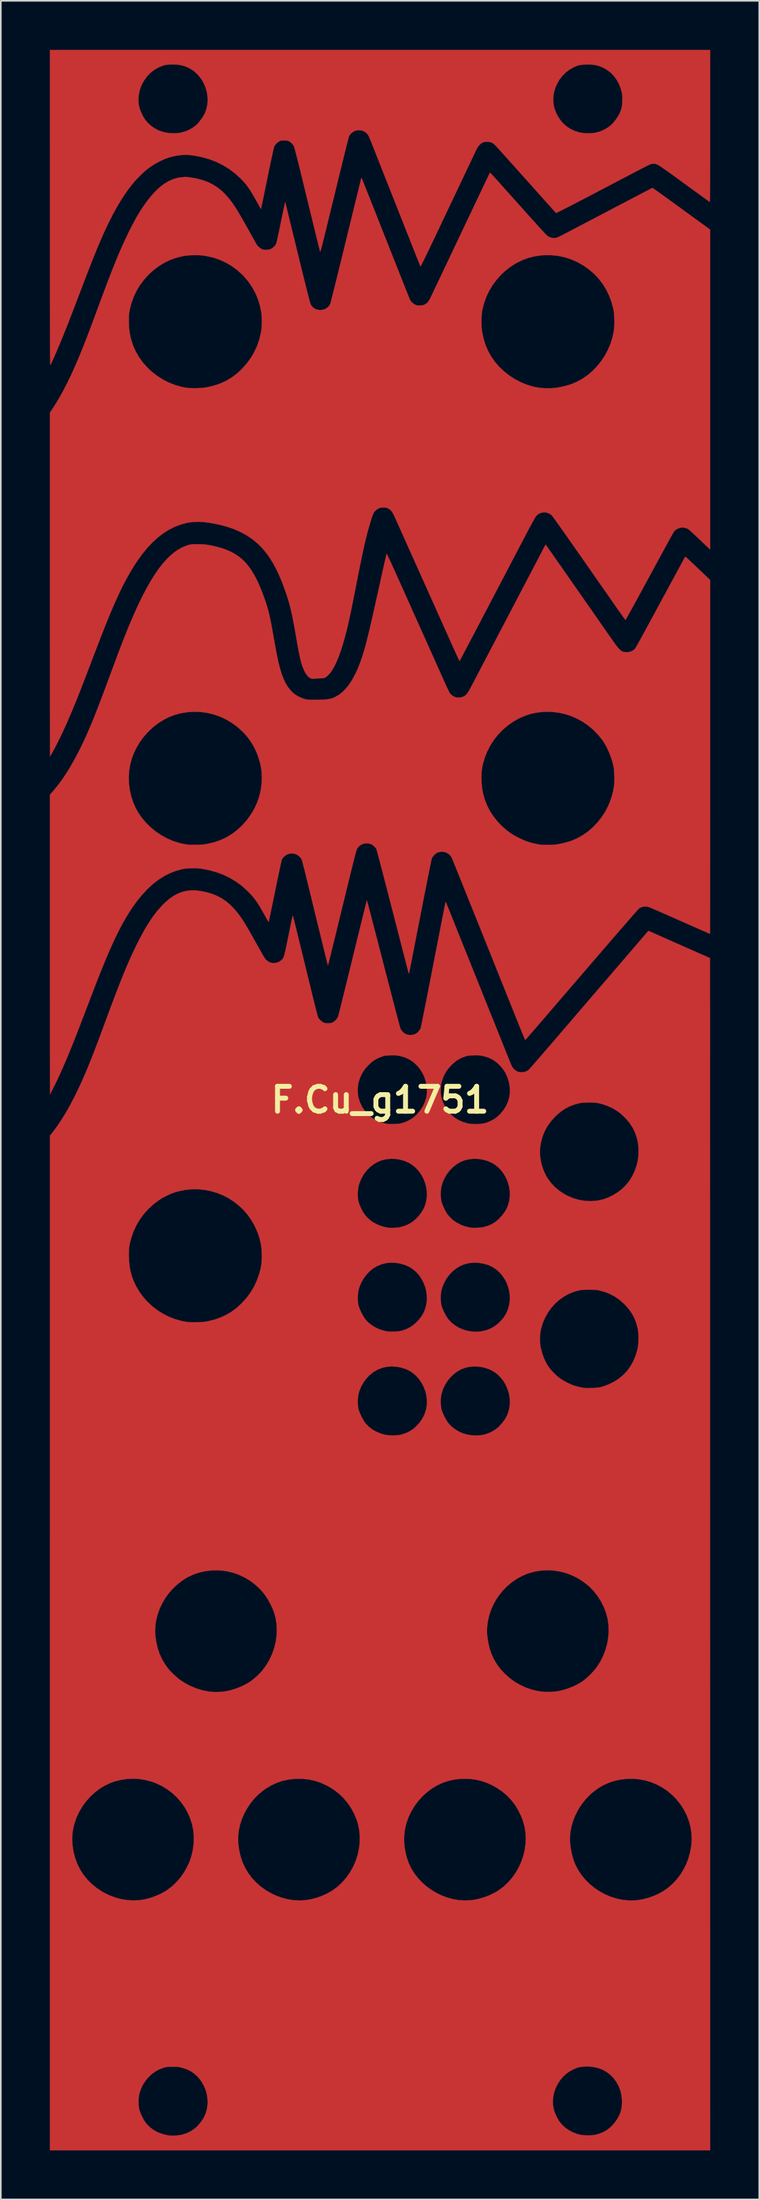
<source format=kicad_pcb>
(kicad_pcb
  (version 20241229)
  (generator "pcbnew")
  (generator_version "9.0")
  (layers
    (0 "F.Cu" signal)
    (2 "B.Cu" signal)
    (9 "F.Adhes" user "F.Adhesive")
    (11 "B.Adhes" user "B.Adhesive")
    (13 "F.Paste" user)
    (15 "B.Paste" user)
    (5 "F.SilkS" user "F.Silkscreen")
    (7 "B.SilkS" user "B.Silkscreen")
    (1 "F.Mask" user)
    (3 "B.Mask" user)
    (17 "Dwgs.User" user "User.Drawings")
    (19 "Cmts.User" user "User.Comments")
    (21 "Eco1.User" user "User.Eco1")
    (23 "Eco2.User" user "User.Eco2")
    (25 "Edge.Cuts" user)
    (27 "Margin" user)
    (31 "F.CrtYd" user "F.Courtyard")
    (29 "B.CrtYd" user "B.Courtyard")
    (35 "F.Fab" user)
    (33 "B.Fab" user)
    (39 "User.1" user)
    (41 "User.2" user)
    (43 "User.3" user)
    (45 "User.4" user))
  (footprint "F.Cu_g1751"
    (layer "F.Cu")
    (at 20.219 64.246)
    (property "Reference" "F.Cu_g1751" (at 0 0 0) (layer "F.SilkS") (effects (font (size 1.524 1.524) (thickness 0.3))))
    (attr through_hole)
    (fp_poly (pts (xy 20.214 -59.583) (xy 20.214 -59.042) (xy 20.214 -58.542) (xy 20.214 -58.082) (xy 20.213 -57.66) (xy 20.213 -57.274) (xy 20.212 -56.924) (xy 20.212 -56.608) (xy 20.211 -56.324) (xy 20.21 -56.071) (xy 20.209 -55.848) (xy 20.207 -55.654) (xy 20.206 -55.486) (xy 20.204 -55.343) (xy 20.203 -55.225) (xy 20.201 -55.129) (xy 20.198 -55.055) (xy 20.196 -55) (xy 20.193 -54.964) (xy 20.19 -54.944) (xy 20.188 -54.94) (xy 20.167 -54.955) (xy 20.115 -54.993) (xy 20.033 -55.051) (xy 19.924 -55.13) (xy 19.791 -55.226) (xy 19.637 -55.338) (xy 19.462 -55.465) (xy 19.271 -55.603) (xy 19.065 -55.753) (xy 18.848 -55.911) (xy 18.62 -56.076) (xy 18.616 -56.079) (xy 18.341 -56.279) (xy 18.097 -56.456) (xy 17.883 -56.611) (xy 17.696 -56.745) (xy 17.535 -56.861) (xy 17.396 -56.958) (xy 17.278 -57.039) (xy 17.178 -57.106) (xy 17.093 -57.159) (xy 17.022 -57.2) (xy 16.963 -57.23) (xy 16.912 -57.252) (xy 16.868 -57.266) (xy 16.828 -57.273) (xy 16.79 -57.276) (xy 16.752 -57.275) (xy 16.711 -57.273) (xy 16.696 -57.272) (xy 16.68 -57.271) (xy 16.666 -57.271) (xy 16.653 -57.271) (xy 16.64 -57.27) (xy 16.625 -57.268) (xy 16.606 -57.263) (xy 16.582 -57.255) (xy 16.551 -57.243) (xy 16.512 -57.226) (xy 16.462 -57.203) (xy 16.401 -57.174) (xy 16.327 -57.137) (xy 16.238 -57.092) (xy 16.133 -57.039) (xy 16.01 -56.976) (xy 15.867 -56.902) (xy 15.703 -56.817) (xy 15.516 -56.72) (xy 15.305 -56.609) (xy 15.068 -56.485) (xy 14.804 -56.347) (xy 14.51 -56.193) (xy 14.186 -56.023) (xy 13.829 -55.836) (xy 13.439 -55.632) (xy 13.013 -55.408) (xy 12.884 -55.341) (xy 12.602 -55.194) (xy 12.332 -55.053) (xy 12.076 -54.92) (xy 11.836 -54.796) (xy 11.615 -54.681) (xy 11.414 -54.578) (xy 11.237 -54.488) (xy 11.084 -54.411) (xy 10.96 -54.349) (xy 10.865 -54.303) (xy 10.803 -54.274) (xy 10.776 -54.263) (xy 10.775 -54.263) (xy 10.759 -54.281) (xy 10.716 -54.329) (xy 10.649 -54.404) (xy 10.559 -54.505) (xy 10.447 -54.63) (xy 10.315 -54.776) (xy 10.166 -54.943) (xy 10 -55.128) (xy 9.82 -55.33) (xy 9.627 -55.545) (xy 9.423 -55.773) (xy 9.21 -56.012) (xy 8.996 -56.25) (xy 8.773 -56.5) (xy 8.555 -56.743) (xy 8.346 -56.976) (xy 8.146 -57.199) (xy 7.958 -57.408) (xy 7.784 -57.603) (xy 7.625 -57.78) (xy 7.483 -57.937) (xy 7.361 -58.074) (xy 7.259 -58.186) (xy 7.18 -58.273) (xy 7.126 -58.333) (xy 7.101 -58.361) (xy 6.989 -58.469) (xy 6.885 -58.545) (xy 6.779 -58.592) (xy 6.662 -58.615) (xy 6.562 -58.62) (xy 6.456 -58.618) (xy 6.377 -58.607) (xy 6.31 -58.587) (xy 6.282 -58.575) (xy 6.157 -58.496) (xy 6.045 -58.381) (xy 5.944 -58.228) (xy 5.907 -58.155) (xy 5.862 -58.063) (xy 5.803 -57.937) (xy 5.73 -57.785) (xy 5.646 -57.61) (xy 5.555 -57.418) (xy 5.458 -57.214) (xy 5.359 -57.003) (xy 5.258 -56.792) (xy 5.217 -56.706) (xy 5.171 -56.608) (xy 5.11 -56.479) (xy 5.036 -56.323) (xy 4.952 -56.147) (xy 4.862 -55.956) (xy 4.767 -55.756) (xy 4.67 -55.553) (xy 4.599 -55.404) (xy 4.521 -55.238) (xy 4.426 -55.04) (xy 4.318 -54.813) (xy 4.199 -54.562) (xy 4.071 -54.293) (xy 3.937 -54.011) (xy 3.799 -53.72) (xy 3.659 -53.425) (xy 3.52 -53.132) (xy 3.383 -52.845) (xy 3.324 -52.719) (xy 3.162 -52.38) (xy 3.017 -52.077) (xy 2.889 -51.811) (xy 2.778 -51.582) (xy 2.684 -51.39) (xy 2.607 -51.236) (xy 2.548 -51.12) (xy 2.505 -51.041) (xy 2.481 -51.001) (xy 2.474 -50.996) (xy 2.465 -51.018) (xy 2.441 -51.077) (xy 2.403 -51.172) (xy 2.352 -51.299) (xy 2.289 -51.458) (xy 2.214 -51.646) (xy 2.129 -51.861) (xy 2.034 -52.101) (xy 1.929 -52.364) (xy 1.817 -52.648) (xy 1.697 -52.951) (xy 1.57 -53.27) (xy 1.438 -53.604) (xy 1.3 -53.951) (xy 1.159 -54.309) (xy 1.014 -54.675) (xy 0.866 -55.047) (xy 0.717 -55.424) (xy 0.567 -55.803) (xy 0.417 -56.183) (xy 0.267 -56.561) (xy 0.119 -56.935) (xy -0.027 -57.304) (xy -0.169 -57.664) (xy -0.308 -58.015) (xy -0.441 -58.354) (xy -0.527 -58.571) (xy -0.589 -58.725) (xy -0.639 -58.846) (xy -0.681 -58.938) (xy -0.718 -59.008) (xy -0.751 -59.062) (xy -0.785 -59.105) (xy -0.788 -59.109) (xy -0.91 -59.216) (xy -1.051 -59.289) (xy -1.205 -59.328) (xy -1.364 -59.33) (xy -1.521 -59.293) (xy -1.577 -59.27) (xy -1.701 -59.193) (xy -1.81 -59.091) (xy -1.891 -58.977) (xy -1.894 -58.971) (xy -1.903 -58.942) (xy -1.922 -58.875) (xy -1.949 -58.772) (xy -1.984 -58.636) (xy -2.027 -58.468) (xy -2.077 -58.272) (xy -2.132 -58.051) (xy -2.193 -57.806) (xy -2.259 -57.54) (xy -2.329 -57.256) (xy -2.403 -56.957) (xy -2.48 -56.645) (xy -2.552 -56.35) (xy -2.635 -56.007) (xy -2.72 -55.661) (xy -2.804 -55.315) (xy -2.888 -54.974) (xy -2.969 -54.642) (xy -3.047 -54.322) (xy -3.121 -54.018) (xy -3.191 -53.734) (xy -3.254 -53.475) (xy -3.311 -53.243) (xy -3.359 -53.043) (xy -3.4 -52.879) (xy -3.413 -52.825) (xy -3.476 -52.57) (xy -3.53 -52.356) (xy -3.575 -52.183) (xy -3.611 -52.05) (xy -3.638 -51.958) (xy -3.656 -51.905) (xy -3.666 -51.893) (xy -3.667 -51.894) (xy -3.674 -51.92) (xy -3.691 -51.984) (xy -3.716 -52.083) (xy -3.749 -52.214) (xy -3.789 -52.373) (xy -3.834 -52.557) (xy -3.885 -52.763) (xy -3.941 -52.989) (xy -4 -53.23) (xy -4.062 -53.484) (xy -4.087 -53.583) (xy -4.162 -53.893) (xy -4.245 -54.23) (xy -4.332 -54.587) (xy -4.422 -54.955) (xy -4.512 -55.325) (xy -4.601 -55.69) (xy -4.687 -56.041) (xy -4.767 -56.369) (xy -4.84 -56.668) (xy -4.859 -56.747) (xy -4.92 -56.996) (xy -4.979 -57.234) (xy -5.035 -57.458) (xy -5.088 -57.665) (xy -5.136 -57.851) (xy -5.178 -58.013) (xy -5.213 -58.148) (xy -5.242 -58.251) (xy -5.262 -58.32) (xy -5.272 -58.35) (xy -5.343 -58.458) (xy -5.441 -58.559) (xy -5.553 -58.64) (xy -5.584 -58.657) (xy -5.644 -58.682) (xy -5.705 -58.697) (xy -5.783 -58.704) (xy -5.874 -58.706) (xy -5.972 -58.704) (xy -6.043 -58.697) (xy -6.099 -58.682) (xy -6.156 -58.657) (xy -6.17 -58.649) (xy -6.298 -58.561) (xy -6.407 -58.448) (xy -6.474 -58.342) (xy -6.487 -58.304) (xy -6.508 -58.225) (xy -6.536 -58.107) (xy -6.571 -57.949) (xy -6.614 -57.754) (xy -6.664 -57.522) (xy -6.721 -57.253) (xy -6.784 -56.95) (xy -6.854 -56.613) (xy -6.9 -56.386) (xy -6.956 -56.112) (xy -7.01 -55.849) (xy -7.061 -55.601) (xy -7.108 -55.371) (xy -7.151 -55.163) (xy -7.19 -54.977) (xy -7.223 -54.819) (xy -7.25 -54.69) (xy -7.27 -54.594) (xy -7.284 -54.533) (xy -7.289 -54.511) (xy -7.289 -54.511) (xy -7.301 -54.526) (xy -7.33 -54.573) (xy -7.373 -54.647) (xy -7.427 -54.743) (xy -7.489 -54.855) (xy -7.514 -54.9) (xy -7.653 -55.15) (xy -7.777 -55.366) (xy -7.89 -55.554) (xy -7.997 -55.72) (xy -8.1 -55.867) (xy -8.203 -56.003) (xy -8.31 -56.131) (xy -8.424 -56.257) (xy -8.55 -56.387) (xy -8.55 -56.387) (xy -8.877 -56.685) (xy -9.231 -56.951) (xy -9.609 -57.184) (xy -10.01 -57.383) (xy -10.432 -57.547) (xy -10.871 -57.673) (xy -11.081 -57.72) (xy -11.331 -57.766) (xy -11.551 -57.798) (xy -11.752 -57.816) (xy -11.943 -57.82) (xy -12.134 -57.811) (xy -12.335 -57.788) (xy -12.499 -57.763) (xy -12.831 -57.688) (xy -13.167 -57.573) (xy -13.504 -57.421) (xy -13.836 -57.234) (xy -14.159 -57.015) (xy -14.298 -56.908) (xy -14.397 -56.823) (xy -14.516 -56.715) (xy -14.646 -56.591) (xy -14.778 -56.459) (xy -14.905 -56.328) (xy -15.018 -56.205) (xy -15.08 -56.134) (xy -15.342 -55.808) (xy -15.602 -55.447) (xy -15.86 -55.05) (xy -16.118 -54.616) (xy -16.376 -54.145) (xy -16.634 -53.635) (xy -16.893 -53.085) (xy -17.146 -52.513) (xy -17.238 -52.296) (xy -17.335 -52.063) (xy -17.438 -51.811) (xy -17.547 -51.538) (xy -17.666 -51.24) (xy -17.793 -50.914) (xy -17.932 -50.558) (xy -18.082 -50.167) (xy -18.245 -49.741) (xy -18.253 -49.719) (xy -18.4 -49.332) (xy -18.534 -48.983) (xy -18.655 -48.666) (xy -18.765 -48.379) (xy -18.865 -48.12) (xy -18.956 -47.883) (xy -19.04 -47.667) (xy -19.118 -47.468) (xy -19.191 -47.284) (xy -19.26 -47.109) (xy -19.327 -46.943) (xy -19.393 -46.78) (xy -19.459 -46.619) (xy -19.526 -46.456) (xy -19.596 -46.287) (xy -19.638 -46.186) (xy -19.702 -46.034) (xy -19.771 -45.872) (xy -19.843 -45.706) (xy -19.915 -45.542) (xy -19.984 -45.387) (xy -20.047 -45.246) (xy -20.103 -45.125) (xy -20.147 -45.031) (xy -20.178 -44.969) (xy -20.18 -44.964) (xy -20.183 -44.963) (xy -20.185 -44.968) (xy -20.188 -44.981) (xy -20.19 -45.004) (xy -20.192 -45.037) (xy -20.194 -45.082) (xy -20.196 -45.139) (xy -20.197 -45.21) (xy -20.199 -45.296) (xy -20.2 -45.397) (xy -20.202 -45.516) (xy -20.203 -45.652) (xy -20.204 -45.808) (xy -20.205 -45.984) (xy -20.206 -46.182) (xy -20.207 -46.402) (xy -20.208 -46.646) (xy -20.209 -46.914) (xy -20.209 -47.209) (xy -20.21 -47.53) (xy -20.21 -47.88) (xy -20.211 -48.258) (xy -20.211 -48.667) (xy -20.212 -49.107) (xy -20.212 -49.58) (xy -20.212 -50.087) (xy -20.213 -50.628) (xy -20.213 -51.205) (xy -20.213 -51.818) (xy -20.213 -52.47) (xy -20.213 -53.161) (xy -20.213 -53.893) (xy -20.213 -54.573) (xy -20.214 -61.105) (xy -14.791 -61.105) (xy -14.767 -60.863) (xy -14.732 -60.706) (xy -14.688 -60.576) (xy -14.627 -60.428) (xy -14.555 -60.274) (xy -14.479 -60.129) (xy -14.405 -60.007) (xy -14.385 -59.979) (xy -14.217 -59.778) (xy -14.017 -59.597) (xy -13.791 -59.441) (xy -13.547 -59.315) (xy -13.43 -59.269) (xy -13.199 -59.202) (xy -12.946 -59.159) (xy -12.685 -59.141) (xy -12.43 -59.148) (xy -12.203 -59.18) (xy -11.93 -59.255) (xy -11.674 -59.363) (xy -11.44 -59.5) (xy -11.235 -59.664) (xy -11.148 -59.755) (xy -11.051 -59.87) (xy -10.953 -60) (xy -10.861 -60.132) (xy -10.785 -60.254) (xy -10.744 -60.33) (xy -10.644 -60.586) (xy -10.581 -60.85) (xy -10.555 -61.12) (xy -10.555 -61.131) (xy 10.605 -61.131) (xy 10.633 -60.861) (xy 10.693 -60.621) (xy 10.784 -60.389) (xy 10.902 -60.162) (xy 11.041 -59.951) (xy 11.192 -59.77) (xy 11.195 -59.767) (xy 11.411 -59.573) (xy 11.652 -59.413) (xy 11.917 -59.287) (xy 12.206 -59.196) (xy 12.311 -59.173) (xy 12.447 -59.154) (xy 12.61 -59.144) (xy 12.785 -59.142) (xy 12.958 -59.15) (xy 13.115 -59.166) (xy 13.197 -59.18) (xy 13.479 -59.258) (xy 13.743 -59.372) (xy 13.985 -59.52) (xy 14.156 -59.657) (xy 14.242 -59.745) (xy 14.34 -59.859) (xy 14.439 -59.989) (xy 14.532 -60.121) (xy 14.61 -60.245) (xy 14.656 -60.33) (xy 14.721 -60.479) (xy 14.769 -60.62) (xy 14.801 -60.765) (xy 14.822 -60.926) (xy 14.832 -61.108) (xy 14.835 -61.262) (xy 14.833 -61.386) (xy 14.824 -61.494) (xy 14.808 -61.596) (xy 14.808 -61.602) (xy 14.734 -61.889) (xy 14.627 -62.16) (xy 14.489 -62.41) (xy 14.323 -62.637) (xy 14.131 -62.838) (xy 13.916 -63.009) (xy 13.68 -63.146) (xy 13.471 -63.232) (xy 13.296 -63.285) (xy 13.131 -63.321) (xy 12.962 -63.341) (xy 12.774 -63.348) (xy 12.617 -63.346) (xy 12.451 -63.338) (xy 12.316 -63.326) (xy 12.2 -63.307) (xy 12.092 -63.277) (xy 11.981 -63.235) (xy 11.856 -63.178) (xy 11.822 -63.162) (xy 11.578 -63.021) (xy 11.357 -62.849) (xy 11.161 -62.651) (xy 10.991 -62.43) (xy 10.85 -62.19) (xy 10.738 -61.936) (xy 10.659 -61.672) (xy 10.614 -61.402) (xy 10.605 -61.131) (xy -10.555 -61.131) (xy -10.564 -61.391) (xy -10.605 -61.659) (xy -10.678 -61.921) (xy -10.781 -62.172) (xy -10.912 -62.408) (xy -11.07 -62.626) (xy -11.253 -62.821) (xy -11.459 -62.991) (xy -11.687 -63.13) (xy -11.929 -63.232) (xy -12.104 -63.285) (xy -12.271 -63.321) (xy -12.443 -63.342) (xy -12.634 -63.349) (xy -12.783 -63.347) (xy -12.915 -63.342) (xy -13.016 -63.336) (xy -13.096 -63.327) (xy -13.167 -63.314) (xy -13.239 -63.295) (xy -13.314 -63.271) (xy -13.586 -63.16) (xy -13.836 -63.013) (xy -14.064 -62.832) (xy -14.266 -62.621) (xy -14.441 -62.38) (xy -14.586 -62.113) (xy -14.689 -61.854) (xy -14.752 -61.612) (xy -14.786 -61.359) (xy -14.791 -61.105) (xy -20.214 -61.105) (xy -20.214 -64.241) (xy 20.214 -64.241) (xy 20.214 -59.583)) (stroke (width 0.01) (type solid)) (fill yes) (layer "F.Cu"))
    (fp_poly (pts (xy 6.746 -56.72) (xy 6.787 -56.681) (xy 6.847 -56.621) (xy 6.922 -56.541) (xy 7.007 -56.448) (xy 7.029 -56.423) (xy 7.085 -56.361) (xy 7.166 -56.271) (xy 7.271 -56.154) (xy 7.396 -56.013) (xy 7.54 -55.852) (xy 7.7 -55.673) (xy 7.874 -55.479) (xy 8.059 -55.273) (xy 8.252 -55.057) (xy 8.452 -54.833) (xy 8.656 -54.606) (xy 8.728 -54.525) (xy 8.927 -54.303) (xy 9.12 -54.088) (xy 9.304 -53.884) (xy 9.478 -53.692) (xy 9.639 -53.514) (xy 9.785 -53.353) (xy 9.915 -53.212) (xy 10.026 -53.091) (xy 10.117 -52.995) (xy 10.184 -52.924) (xy 10.226 -52.881) (xy 10.238 -52.87) (xy 10.371 -52.791) (xy 10.523 -52.744) (xy 10.68 -52.732) (xy 10.724 -52.736) (xy 10.793 -52.75) (xy 10.873 -52.777) (xy 10.971 -52.819) (xy 11.096 -52.881) (xy 11.123 -52.895) (xy 11.174 -52.922) (xy 11.261 -52.967) (xy 11.381 -53.03) (xy 11.53 -53.108) (xy 11.708 -53.201) (xy 11.911 -53.307) (xy 12.137 -53.425) (xy 12.383 -53.554) (xy 12.647 -53.693) (xy 12.927 -53.84) (xy 13.221 -53.993) (xy 13.525 -54.153) (xy 13.838 -54.316) (xy 14.029 -54.417) (xy 14.34 -54.58) (xy 14.641 -54.738) (xy 14.93 -54.889) (xy 15.204 -55.032) (xy 15.461 -55.167) (xy 15.7 -55.292) (xy 15.918 -55.406) (xy 16.112 -55.507) (xy 16.282 -55.596) (xy 16.424 -55.67) (xy 16.537 -55.729) (xy 16.618 -55.771) (xy 16.665 -55.795) (xy 16.677 -55.801) (xy 16.697 -55.789) (xy 16.748 -55.755) (xy 16.828 -55.698) (xy 16.937 -55.622) (xy 17.07 -55.527) (xy 17.226 -55.415) (xy 17.402 -55.288) (xy 17.596 -55.148) (xy 17.807 -54.996) (xy 18.031 -54.834) (xy 18.266 -54.663) (xy 18.455 -54.526) (xy 20.214 -53.246) (xy 20.214 -33.671) (xy 19.881 -33.988) (xy 19.68 -34.179) (xy 19.508 -34.342) (xy 19.362 -34.481) (xy 19.238 -34.598) (xy 19.135 -34.694) (xy 19.05 -34.771) (xy 18.981 -34.833) (xy 18.924 -34.88) (xy 18.878 -34.916) (xy 18.839 -34.941) (xy 18.805 -34.96) (xy 18.774 -34.973) (xy 18.743 -34.982) (xy 18.71 -34.991) (xy 18.672 -35) (xy 18.58 -35.019) (xy 18.502 -35.023) (xy 18.414 -35.013) (xy 18.409 -35.012) (xy 18.291 -34.978) (xy 18.173 -34.923) (xy 18.07 -34.853) (xy 18.001 -34.784) (xy 17.985 -34.757) (xy 17.95 -34.696) (xy 17.897 -34.602) (xy 17.828 -34.477) (xy 17.743 -34.323) (xy 17.644 -34.143) (xy 17.532 -33.938) (xy 17.408 -33.711) (xy 17.273 -33.465) (xy 17.129 -33.2) (xy 16.976 -32.92) (xy 16.817 -32.626) (xy 16.651 -32.32) (xy 16.5 -32.042) (xy 16.331 -31.73) (xy 16.166 -31.428) (xy 16.009 -31.138) (xy 15.859 -30.863) (xy 15.718 -30.605) (xy 15.586 -30.365) (xy 15.466 -30.146) (xy 15.358 -29.95) (xy 15.263 -29.779) (xy 15.183 -29.634) (xy 15.119 -29.519) (xy 15.071 -29.435) (xy 15.041 -29.384) (xy 15.03 -29.369) (xy 15.014 -29.385) (xy 14.976 -29.433) (xy 14.92 -29.507) (xy 14.85 -29.604) (xy 14.767 -29.719) (xy 14.675 -29.849) (xy 14.611 -29.94) (xy 14.551 -30.026) (xy 14.469 -30.143) (xy 14.366 -30.29) (xy 14.244 -30.465) (xy 14.106 -30.664) (xy 13.951 -30.885) (xy 13.783 -31.125) (xy 13.603 -31.383) (xy 13.413 -31.656) (xy 13.214 -31.94) (xy 13.009 -32.234) (xy 12.799 -32.535) (xy 12.585 -32.84) (xy 12.415 -33.084) (xy 12.207 -33.381) (xy 12.005 -33.67) (xy 11.81 -33.949) (xy 11.623 -34.215) (xy 11.446 -34.467) (xy 11.28 -34.702) (xy 11.128 -34.918) (xy 10.989 -35.114) (xy 10.866 -35.287) (xy 10.76 -35.436) (xy 10.672 -35.558) (xy 10.604 -35.651) (xy 10.558 -35.714) (xy 10.534 -35.745) (xy 10.533 -35.746) (xy 10.409 -35.847) (xy 10.268 -35.914) (xy 10.118 -35.946) (xy 9.965 -35.943) (xy 9.817 -35.906) (xy 9.679 -35.834) (xy 9.562 -35.729) (xy 9.533 -35.688) (xy 9.485 -35.609) (xy 9.42 -35.496) (xy 9.338 -35.35) (xy 9.241 -35.172) (xy 9.129 -34.964) (xy 9.003 -34.727) (xy 8.891 -34.512) (xy 8.815 -34.368) (xy 8.722 -34.19) (xy 8.611 -33.979) (xy 8.486 -33.74) (xy 8.347 -33.475) (xy 8.196 -33.187) (xy 8.034 -32.878) (xy 7.864 -32.553) (xy 7.685 -32.212) (xy 7.501 -31.861) (xy 7.312 -31.5) (xy 7.12 -31.134) (xy 6.927 -30.765) (xy 6.734 -30.396) (xy 6.595 -30.131) (xy 6.413 -29.784) (xy 6.236 -29.447) (xy 6.066 -29.122) (xy 5.903 -28.811) (xy 5.748 -28.516) (xy 5.602 -28.239) (xy 5.467 -27.982) (xy 5.343 -27.746) (xy 5.231 -27.533) (xy 5.132 -27.346) (xy 5.048 -27.186) (xy 4.979 -27.056) (xy 4.926 -26.956) (xy 4.891 -26.89) (xy 4.874 -26.859) (xy 4.872 -26.856) (xy 4.861 -26.873) (xy 4.835 -26.924) (xy 4.794 -27.008) (xy 4.741 -27.12) (xy 4.676 -27.258) (xy 4.602 -27.419) (xy 4.52 -27.598) (xy 4.432 -27.793) (xy 4.338 -28.001) (xy 4.334 -28.01) (xy 4.161 -28.397) (xy 3.972 -28.819) (xy 3.768 -29.274) (xy 3.55 -29.76) (xy 3.321 -30.272) (xy 3.08 -30.808) (xy 2.83 -31.365) (xy 2.572 -31.94) (xy 2.307 -32.531) (xy 2.036 -33.134) (xy 1.788 -33.687) (xy 1.676 -33.938) (xy 1.564 -34.186) (xy 1.457 -34.426) (xy 1.354 -34.655) (xy 1.258 -34.869) (xy 1.17 -35.065) (xy 1.093 -35.237) (xy 1.028 -35.383) (xy 0.976 -35.498) (xy 0.94 -35.579) (xy 0.936 -35.587) (xy 0.861 -35.749) (xy 0.795 -35.878) (xy 0.735 -35.978) (xy 0.675 -36.054) (xy 0.612 -36.114) (xy 0.542 -36.161) (xy 0.491 -36.189) (xy 0.419 -36.221) (xy 0.353 -36.239) (xy 0.277 -36.246) (xy 0.201 -36.247) (xy 0.045 -36.234) (xy -0.086 -36.194) (xy -0.203 -36.121) (xy -0.292 -36.039) (xy -0.332 -35.994) (xy -0.367 -35.949) (xy -0.398 -35.897) (xy -0.428 -35.833) (xy -0.46 -35.751) (xy -0.497 -35.646) (xy -0.539 -35.512) (xy -0.591 -35.344) (xy -0.595 -35.327) (xy -0.643 -35.168) (xy -0.688 -35.013) (xy -0.732 -34.858) (xy -0.774 -34.701) (xy -0.816 -34.539) (xy -0.859 -34.37) (xy -0.902 -34.191) (xy -0.947 -34) (xy -0.993 -33.793) (xy -1.042 -33.568) (xy -1.095 -33.323) (xy -1.151 -33.054) (xy -1.211 -32.759) (xy -1.277 -32.436) (xy -1.347 -32.081) (xy -1.424 -31.692) (xy -1.508 -31.267) (xy -1.588 -30.861) (xy -1.631 -30.639) (xy -1.677 -30.41) (xy -1.723 -30.181) (xy -1.768 -29.961) (xy -1.811 -29.756) (xy -1.849 -29.574) (xy -1.881 -29.422) (xy -1.895 -29.358) (xy -2.018 -28.83) (xy -2.143 -28.344) (xy -2.269 -27.899) (xy -2.396 -27.496) (xy -2.526 -27.136) (xy -2.657 -26.817) (xy -2.789 -26.54) (xy -2.923 -26.306) (xy -3.059 -26.114) (xy -3.196 -25.964) (xy -3.317 -25.867) (xy -3.374 -25.833) (xy -3.425 -25.813) (xy -3.486 -25.804) (xy -3.571 -25.802) (xy -3.669 -25.799) (xy -3.786 -25.792) (xy -3.901 -25.781) (xy -3.922 -25.779) (xy -4.035 -25.767) (xy -4.119 -25.766) (xy -4.186 -25.774) (xy -4.209 -25.78) (xy -4.316 -25.83) (xy -4.421 -25.919) (xy -4.52 -26.043) (xy -4.6 -26.18) (xy -4.654 -26.289) (xy -4.703 -26.4) (xy -4.749 -26.517) (xy -4.791 -26.643) (xy -4.832 -26.782) (xy -4.873 -26.939) (xy -4.914 -27.118) (xy -4.957 -27.322) (xy -5.002 -27.557) (xy -5.051 -27.825) (xy -5.103 -28.12) (xy -5.166 -28.482) (xy -5.223 -28.806) (xy -5.276 -29.096) (xy -5.326 -29.355) (xy -5.373 -29.589) (xy -5.418 -29.801) (xy -5.462 -29.994) (xy -5.506 -30.174) (xy -5.55 -30.343) (xy -5.596 -30.506) (xy -5.645 -30.666) (xy -5.697 -30.828) (xy -5.704 -30.85) (xy -5.867 -31.321) (xy -6.032 -31.753) (xy -6.201 -32.148) (xy -6.374 -32.51) (xy -6.554 -32.842) (xy -6.741 -33.146) (xy -6.938 -33.426) (xy -6.941 -33.431) (xy -7.207 -33.753) (xy -7.5 -34.045) (xy -7.82 -34.308) (xy -8.168 -34.542) (xy -8.545 -34.748) (xy -8.951 -34.926) (xy -9.388 -35.076) (xy -9.857 -35.2) (xy -10.357 -35.296) (xy -10.657 -35.339) (xy -10.868 -35.359) (xy -11.094 -35.367) (xy -11.323 -35.363) (xy -11.543 -35.348) (xy -11.74 -35.323) (xy -11.819 -35.308) (xy -12.196 -35.207) (xy -12.563 -35.068) (xy -12.918 -34.89) (xy -13.264 -34.672) (xy -13.6 -34.415) (xy -13.927 -34.118) (xy -14.246 -33.78) (xy -14.557 -33.402) (xy -14.86 -32.982) (xy -15.012 -32.752) (xy -15.168 -32.504) (xy -15.32 -32.247) (xy -15.472 -31.98) (xy -15.623 -31.699) (xy -15.775 -31.402) (xy -15.929 -31.087) (xy -16.086 -30.75) (xy -16.248 -30.39) (xy -16.415 -30.003) (xy -16.589 -29.588) (xy -16.771 -29.142) (xy -16.962 -28.662) (xy -17.164 -28.146) (xy -17.304 -27.781) (xy -17.47 -27.347) (xy -17.622 -26.949) (xy -17.761 -26.586) (xy -17.888 -26.256) (xy -18.004 -25.955) (xy -18.109 -25.682) (xy -18.205 -25.434) (xy -18.293 -25.208) (xy -18.373 -25.002) (xy -18.447 -24.814) (xy -18.516 -24.641) (xy -18.58 -24.481) (xy -18.64 -24.332) (xy -18.698 -24.19) (xy -18.754 -24.054) (xy -18.809 -23.921) (xy -18.865 -23.788) (xy -18.922 -23.654) (xy -18.981 -23.516) (xy -19.15 -23.126) (xy -19.31 -22.768) (xy -19.464 -22.435) (xy -19.616 -22.12) (xy -19.739 -21.874) (xy -19.812 -21.732) (xy -19.885 -21.591) (xy -19.958 -21.454) (xy -20.025 -21.328) (xy -20.086 -21.217) (xy -20.138 -21.126) (xy -20.176 -21.06) (xy -20.2 -21.024) (xy -20.205 -21.018) (xy -20.206 -21.039) (xy -20.207 -21.101) (xy -20.207 -21.203) (xy -20.208 -21.344) (xy -20.208 -21.521) (xy -20.209 -21.735) (xy -20.209 -21.983) (xy -20.21 -22.265) (xy -20.21 -22.579) (xy -20.21 -22.923) (xy -20.211 -23.298) (xy -20.211 -23.7) (xy -20.212 -24.13) (xy -20.212 -24.586) (xy -20.212 -25.066) (xy -20.213 -25.569) (xy -20.213 -26.095) (xy -20.213 -26.641) (xy -20.213 -27.206) (xy -20.214 -27.79) (xy -20.214 -28.391) (xy -20.214 -29.007) (xy -20.214 -29.637) (xy -20.214 -30.281) (xy -20.214 -30.937) (xy -20.214 -31.533) (xy -20.214 -42.048) (xy -20.074 -42.258) (xy -19.842 -42.619) (xy -19.611 -43.006) (xy -19.383 -43.42) (xy -19.154 -43.864) (xy -18.923 -44.341) (xy -18.691 -44.852) (xy -18.454 -45.4) (xy -18.214 -45.985) (xy -18.154 -46.135) (xy -18.094 -46.287) (xy -18.032 -46.444) (xy -17.968 -46.61) (xy -17.9 -46.788) (xy -17.827 -46.98) (xy -17.747 -47.192) (xy -17.659 -47.424) (xy -17.565 -47.678) (xy -15.376 -47.678) (xy -15.373 -47.432) (xy -15.362 -47.214) (xy -15.34 -47.013) (xy -15.306 -46.816) (xy -15.26 -46.61) (xy -15.24 -46.535) (xy -15.119 -46.157) (xy -14.958 -45.795) (xy -14.76 -45.45) (xy -14.525 -45.123) (xy -14.255 -44.818) (xy -13.985 -44.565) (xy -13.649 -44.302) (xy -13.293 -44.076) (xy -12.92 -43.886) (xy -12.533 -43.735) (xy -12.134 -43.624) (xy -11.79 -43.562) (xy -11.724 -43.556) (xy -11.625 -43.552) (xy -11.504 -43.549) (xy -11.37 -43.548) (xy -11.25 -43.549) (xy -11.085 -43.553) (xy -10.949 -43.559) (xy -10.831 -43.569) (xy -10.717 -43.584) (xy -10.597 -43.604) (xy -10.552 -43.612) (xy -10.147 -43.709) (xy -9.767 -43.84) (xy -9.41 -44.006) (xy -9.074 -44.208) (xy -8.758 -44.447) (xy -8.459 -44.724) (xy -8.445 -44.739) (xy -8.157 -45.064) (xy -7.907 -45.408) (xy -7.695 -45.771) (xy -7.522 -46.15) (xy -7.387 -46.547) (xy -7.291 -46.96) (xy -7.261 -47.149) (xy -7.249 -47.278) (xy -7.241 -47.436) (xy -7.239 -47.561) (xy 6.211 -47.561) (xy 6.217 -47.352) (xy 6.231 -47.157) (xy 6.251 -46.994) (xy 6.337 -46.582) (xy 6.459 -46.191) (xy 6.617 -45.822) (xy 6.812 -45.475) (xy 7.043 -45.147) (xy 7.312 -44.84) (xy 7.609 -44.561) (xy 7.94 -44.303) (xy 8.291 -44.08) (xy 8.659 -43.893) (xy 9.04 -43.743) (xy 9.43 -43.632) (xy 9.743 -43.573) (xy 9.891 -43.557) (xy 10.068 -43.547) (xy 10.259 -43.544) (xy 10.45 -43.546) (xy 10.628 -43.555) (xy 10.779 -43.57) (xy 10.787 -43.571) (xy 10.985 -43.605) (xy 11.198 -43.65) (xy 11.41 -43.702) (xy 11.606 -43.76) (xy 11.741 -43.805) (xy 12.089 -43.957) (xy 12.422 -44.145) (xy 12.735 -44.367) (xy 13.029 -44.62) (xy 13.299 -44.902) (xy 13.543 -45.208) (xy 13.76 -45.536) (xy 13.947 -45.883) (xy 14.102 -46.246) (xy 14.222 -46.623) (xy 14.305 -47.009) (xy 14.33 -47.184) (xy 14.343 -47.343) (xy 14.349 -47.527) (xy 14.347 -47.723) (xy 14.34 -47.921) (xy 14.325 -48.109) (xy 14.306 -48.274) (xy 14.288 -48.376) (xy 14.178 -48.795) (xy 14.032 -49.192) (xy 13.852 -49.565) (xy 13.638 -49.914) (xy 13.391 -50.238) (xy 13.112 -50.535) (xy 12.802 -50.804) (xy 12.462 -51.044) (xy 12.092 -51.254) (xy 12.065 -51.267) (xy 11.687 -51.433) (xy 11.297 -51.557) (xy 10.897 -51.641) (xy 10.487 -51.683) (xy 10.068 -51.684) (xy 9.839 -51.668) (xy 9.443 -51.608) (xy 9.059 -51.509) (xy 8.687 -51.369) (xy 8.329 -51.191) (xy 7.987 -50.975) (xy 7.664 -50.722) (xy 7.428 -50.502) (xy 7.14 -50.184) (xy 6.889 -49.848) (xy 6.676 -49.492) (xy 6.5 -49.115) (xy 6.361 -48.718) (xy 6.26 -48.313) (xy 6.237 -48.16) (xy 6.221 -47.976) (xy 6.212 -47.773) (xy 6.211 -47.561) (xy -7.239 -47.561) (xy -7.239 -47.611) (xy -7.241 -47.79) (xy -7.248 -47.96) (xy -7.26 -48.108) (xy -7.27 -48.18) (xy -7.354 -48.593) (xy -7.476 -48.991) (xy -7.636 -49.371) (xy -7.833 -49.731) (xy -8.065 -50.069) (xy -8.331 -50.383) (xy -8.429 -50.484) (xy -8.743 -50.768) (xy -9.078 -51.015) (xy -9.433 -51.225) (xy -9.807 -51.397) (xy -10.198 -51.531) (xy -10.607 -51.626) (xy -10.817 -51.659) (xy -11.017 -51.677) (xy -11.244 -51.685) (xy -11.483 -51.682) (xy -11.721 -51.668) (xy -11.941 -51.645) (xy -12.062 -51.626) (xy -12.448 -51.534) (xy -12.823 -51.402) (xy -13.185 -51.231) (xy -13.531 -51.022) (xy -13.859 -50.777) (xy -14.159 -50.505) (xy -14.447 -50.189) (xy -14.698 -49.853) (xy -14.912 -49.496) (xy -15.089 -49.119) (xy -15.229 -48.721) (xy -15.319 -48.367) (xy -15.339 -48.267) (xy -15.354 -48.18) (xy -15.364 -48.095) (xy -15.371 -48.002) (xy -15.374 -47.892) (xy -15.376 -47.754) (xy -15.376 -47.678) (xy -17.565 -47.678) (xy -17.563 -47.682) (xy -17.456 -47.969) (xy -17.338 -48.287) (xy -17.208 -48.64) (xy -17.145 -48.81) (xy -16.964 -49.297) (xy -16.795 -49.747) (xy -16.637 -50.163) (xy -16.488 -50.548) (xy -16.348 -50.905) (xy -16.214 -51.238) (xy -16.087 -51.549) (xy -15.963 -51.842) (xy -15.842 -52.12) (xy -15.724 -52.385) (xy -15.605 -52.642) (xy -15.486 -52.893) (xy -15.376 -53.118) (xy -15.192 -53.483) (xy -15.016 -53.813) (xy -14.846 -54.114) (xy -14.678 -54.391) (xy -14.508 -54.65) (xy -14.334 -54.897) (xy -14.287 -54.96) (xy -14.056 -55.254) (xy -13.832 -55.511) (xy -13.612 -55.732) (xy -13.393 -55.92) (xy -13.171 -56.079) (xy -12.944 -56.211) (xy -12.861 -56.252) (xy -12.663 -56.335) (xy -12.469 -56.396) (xy -12.26 -56.437) (xy -12.115 -56.455) (xy -12.001 -56.466) (xy -11.906 -56.469) (xy -11.815 -56.466) (xy -11.71 -56.456) (xy -11.617 -56.443) (xy -11.227 -56.374) (xy -10.868 -56.279) (xy -10.538 -56.158) (xy -10.234 -56.008) (xy -9.951 -55.828) (xy -9.688 -55.617) (xy -9.44 -55.371) (xy -9.363 -55.284) (xy -9.272 -55.177) (xy -9.185 -55.069) (xy -9.099 -54.957) (xy -9.012 -54.836) (xy -8.922 -54.704) (xy -8.827 -54.557) (xy -8.725 -54.393) (xy -8.614 -54.208) (xy -8.491 -53.999) (xy -8.356 -53.763) (xy -8.205 -53.496) (xy -8.036 -53.195) (xy -8.011 -53.15) (xy -7.918 -52.983) (xy -7.83 -52.826) (xy -7.749 -52.682) (xy -7.678 -52.556) (xy -7.62 -52.452) (xy -7.576 -52.375) (xy -7.549 -52.33) (xy -7.545 -52.322) (xy -7.47 -52.229) (xy -7.373 -52.141) (xy -7.269 -52.071) (xy -7.192 -52.037) (xy -7.057 -52.01) (xy -6.908 -52.01) (xy -6.764 -52.036) (xy -6.649 -52.081) (xy -6.523 -52.17) (xy -6.418 -52.285) (xy -6.359 -52.383) (xy -6.349 -52.417) (xy -6.331 -52.488) (xy -6.306 -52.594) (xy -6.275 -52.729) (xy -6.24 -52.89) (xy -6.201 -53.073) (xy -6.158 -53.274) (xy -6.113 -53.489) (xy -6.073 -53.685) (xy -6.017 -53.961) (xy -5.968 -54.197) (xy -5.926 -54.397) (xy -5.892 -54.561) (xy -5.863 -54.692) (xy -5.841 -54.793) (xy -5.824 -54.865) (xy -5.812 -54.911) (xy -5.804 -54.932) (xy -5.8 -54.931) (xy -5.8 -54.921) (xy -5.795 -54.899) (xy -5.78 -54.838) (xy -5.757 -54.741) (xy -5.725 -54.609) (xy -5.685 -54.446) (xy -5.638 -54.252) (xy -5.584 -54.032) (xy -5.524 -53.785) (xy -5.459 -53.516) (xy -5.388 -53.226) (xy -5.313 -52.918) (xy -5.233 -52.593) (xy -5.15 -52.255) (xy -5.065 -51.904) (xy -5.047 -51.833) (xy -4.938 -51.386) (xy -4.838 -50.978) (xy -4.747 -50.609) (xy -4.664 -50.277) (xy -4.591 -49.98) (xy -4.525 -49.717) (xy -4.467 -49.487) (xy -4.416 -49.288) (xy -4.372 -49.119) (xy -4.335 -48.979) (xy -4.304 -48.865) (xy -4.279 -48.777) (xy -4.26 -48.713) (xy -4.245 -48.672) (xy -4.238 -48.656) (xy -4.144 -48.524) (xy -4.024 -48.425) (xy -3.88 -48.359) (xy -3.718 -48.329) (xy -3.617 -48.328) (xy -3.452 -48.357) (xy -3.305 -48.42) (xy -3.18 -48.516) (xy -3.083 -48.64) (xy -3.051 -48.701) (xy -3.041 -48.731) (xy -3.022 -48.801) (xy -2.994 -48.908) (xy -2.958 -49.049) (xy -2.914 -49.223) (xy -2.862 -49.428) (xy -2.803 -49.661) (xy -2.739 -49.921) (xy -2.668 -50.205) (xy -2.592 -50.511) (xy -2.511 -50.837) (xy -2.426 -51.182) (xy -2.338 -51.542) (xy -2.246 -51.916) (xy -2.152 -52.302) (xy -2.084 -52.578) (xy -1.989 -52.969) (xy -1.896 -53.35) (xy -1.806 -53.718) (xy -1.72 -54.07) (xy -1.638 -54.406) (xy -1.561 -54.723) (xy -1.488 -55.018) (xy -1.422 -55.29) (xy -1.361 -55.538) (xy -1.307 -55.757) (xy -1.26 -55.948) (xy -1.221 -56.107) (xy -1.19 -56.232) (xy -1.168 -56.322) (xy -1.155 -56.375) (xy -1.151 -56.388) (xy -1.139 -56.402) (xy -1.12 -56.38) (xy -1.112 -56.367) (xy -1.102 -56.342) (xy -1.077 -56.28) (xy -1.037 -56.182) (xy -0.985 -56.051) (xy -0.92 -55.888) (xy -0.843 -55.696) (xy -0.756 -55.476) (xy -0.658 -55.231) (xy -0.552 -54.962) (xy -0.436 -54.672) (xy -0.313 -54.362) (xy -0.183 -54.034) (xy -0.047 -53.691) (xy 0.094 -53.333) (xy 0.24 -52.964) (xy 0.36 -52.663) (xy 0.509 -52.285) (xy 0.654 -51.918) (xy 0.795 -51.563) (xy 0.931 -51.221) (xy 1.06 -50.896) (xy 1.182 -50.588) (xy 1.296 -50.3) (xy 1.402 -50.034) (xy 1.498 -49.792) (xy 1.585 -49.576) (xy 1.66 -49.388) (xy 1.723 -49.23) (xy 1.774 -49.103) (xy 1.812 -49.01) (xy 1.835 -48.953) (xy 1.843 -48.935) (xy 1.901 -48.851) (xy 1.986 -48.766) (xy 2.084 -48.691) (xy 2.181 -48.638) (xy 2.205 -48.629) (xy 2.341 -48.602) (xy 2.489 -48.602) (xy 2.633 -48.627) (xy 2.749 -48.673) (xy 2.835 -48.727) (xy 2.907 -48.791) (xy 2.972 -48.874) (xy 3.037 -48.983) (xy 3.077 -49.06) (xy 3.096 -49.098) (xy 3.131 -49.172) (xy 3.183 -49.28) (xy 3.25 -49.421) (xy 3.332 -49.592) (xy 3.427 -49.791) (xy 3.534 -50.017) (xy 3.654 -50.268) (xy 3.784 -50.541) (xy 3.923 -50.835) (xy 4.072 -51.148) (xy 4.229 -51.477) (xy 4.392 -51.821) (xy 4.562 -52.178) (xy 4.736 -52.546) (xy 4.915 -52.923) (xy 4.942 -52.98) (xy 5.12 -53.355) (xy 5.294 -53.721) (xy 5.461 -54.074) (xy 5.623 -54.413) (xy 5.776 -54.736) (xy 5.922 -55.042) (xy 6.058 -55.328) (xy 6.184 -55.594) (xy 6.3 -55.836) (xy 6.403 -56.053) (xy 6.494 -56.243) (xy 6.571 -56.405) (xy 6.634 -56.536) (xy 6.682 -56.635) (xy 6.713 -56.7) (xy 6.728 -56.729) (xy 6.728 -56.73) (xy 6.746 -56.72)) (stroke (width 0.01) (type solid)) (fill yes) (layer "F.Cu"))
    (fp_poly (pts (xy -11.002 -34.001) (xy -10.844 -33.995) (xy -10.693 -33.981) (xy -10.54 -33.96) (xy -10.372 -33.93) (xy -10.182 -33.889) (xy -10.033 -33.855) (xy -9.646 -33.747) (xy -9.293 -33.614) (xy -8.97 -33.455) (xy -8.678 -33.27) (xy -8.47 -33.106) (xy -8.269 -32.914) (xy -8.076 -32.688) (xy -7.889 -32.427) (xy -7.709 -32.131) (xy -7.533 -31.797) (xy -7.363 -31.426) (xy -7.196 -31.014) (xy -7.033 -30.562) (xy -6.993 -30.446) (xy -6.93 -30.247) (xy -6.871 -30.047) (xy -6.816 -29.837) (xy -6.763 -29.613) (xy -6.71 -29.367) (xy -6.656 -29.092) (xy -6.599 -28.782) (xy -6.594 -28.755) (xy -6.56 -28.566) (xy -6.523 -28.354) (xy -6.483 -28.133) (xy -6.445 -27.918) (xy -6.41 -27.726) (xy -6.401 -27.675) (xy -6.325 -27.269) (xy -6.248 -26.902) (xy -6.169 -26.571) (xy -6.087 -26.275) (xy -6.002 -26.01) (xy -5.911 -25.774) (xy -5.814 -25.563) (xy -5.709 -25.376) (xy -5.597 -25.209) (xy -5.474 -25.059) (xy -5.341 -24.924) (xy -5.274 -24.864) (xy -5.16 -24.781) (xy -5.018 -24.698) (xy -4.861 -24.621) (xy -4.701 -24.558) (xy -4.604 -24.527) (xy -4.549 -24.513) (xy -4.498 -24.502) (xy -4.443 -24.493) (xy -4.378 -24.488) (xy -4.298 -24.484) (xy -4.194 -24.483) (xy -4.062 -24.483) (xy -3.894 -24.483) (xy -3.884 -24.483) (xy -3.656 -24.487) (xy -3.464 -24.493) (xy -3.302 -24.505) (xy -3.164 -24.522) (xy -3.044 -24.545) (xy -2.935 -24.575) (xy -2.832 -24.614) (xy -2.756 -24.648) (xy -2.526 -24.78) (xy -2.306 -24.952) (xy -2.095 -25.164) (xy -1.895 -25.417) (xy -1.704 -25.711) (xy -1.523 -26.045) (xy -1.351 -26.42) (xy -1.189 -26.836) (xy -1.087 -27.134) (xy -1.049 -27.253) (xy -1.011 -27.375) (xy -0.973 -27.503) (xy -0.934 -27.638) (xy -0.894 -27.783) (xy -0.852 -27.94) (xy -0.808 -28.112) (xy -0.761 -28.299) (xy -0.711 -28.506) (xy -0.656 -28.733) (xy -0.598 -28.984) (xy -0.534 -29.26) (xy -0.464 -29.564) (xy -0.389 -29.897) (xy -0.307 -30.262) (xy -0.217 -30.662) (xy -0.12 -31.098) (xy -0.015 -31.573) (xy 0.01 -31.686) (xy 0.068 -31.947) (xy 0.123 -32.197) (xy 0.175 -32.432) (xy 0.224 -32.649) (xy 0.268 -32.845) (xy 0.307 -33.017) (xy 0.34 -33.162) (xy 0.366 -33.277) (xy 0.385 -33.358) (xy 0.396 -33.402) (xy 0.398 -33.409) (xy 0.406 -33.405) (xy 0.423 -33.378) (xy 0.451 -33.327) (xy 0.49 -33.25) (xy 0.54 -33.145) (xy 0.603 -33.012) (xy 0.679 -32.848) (xy 0.768 -32.652) (xy 0.873 -32.424) (xy 0.992 -32.16) (xy 1.126 -31.861) (xy 1.253 -31.578) (xy 1.397 -31.257) (xy 1.554 -30.909) (xy 1.719 -30.539) (xy 1.891 -30.155) (xy 2.066 -29.765) (xy 2.241 -29.376) (xy 2.412 -28.995) (xy 2.576 -28.63) (xy 2.729 -28.287) (xy 2.869 -27.975) (xy 2.89 -27.929) (xy 3.013 -27.654) (xy 3.137 -27.379) (xy 3.259 -27.106) (xy 3.377 -26.841) (xy 3.491 -26.588) (xy 3.598 -26.35) (xy 3.696 -26.132) (xy 3.783 -25.937) (xy 3.858 -25.77) (xy 3.918 -25.635) (xy 3.953 -25.559) (xy 4.021 -25.407) (xy 4.087 -25.265) (xy 4.147 -25.138) (xy 4.198 -25.031) (xy 4.239 -24.95) (xy 4.266 -24.9) (xy 4.271 -24.891) (xy 4.36 -24.794) (xy 4.473 -24.709) (xy 4.592 -24.649) (xy 4.602 -24.646) (xy 4.721 -24.622) (xy 4.857 -24.62) (xy 4.992 -24.639) (xy 5.107 -24.678) (xy 5.107 -24.678) (xy 5.171 -24.713) (xy 5.229 -24.755) (xy 5.285 -24.808) (xy 5.341 -24.877) (xy 5.401 -24.967) (xy 5.47 -25.082) (xy 5.55 -25.228) (xy 5.618 -25.358) (xy 5.666 -25.449) (xy 5.731 -25.573) (xy 5.812 -25.727) (xy 5.906 -25.907) (xy 6.012 -26.109) (xy 6.127 -26.329) (xy 6.249 -26.563) (xy 6.377 -26.808) (xy 6.509 -27.058) (xy 6.641 -27.311) (xy 6.682 -27.39) (xy 6.995 -27.986) (xy 7.289 -28.547) (xy 7.564 -29.071) (xy 7.821 -29.562) (xy 8.061 -30.019) (xy 8.283 -30.443) (xy 8.489 -30.836) (xy 8.679 -31.199) (xy 8.854 -31.532) (xy 9.014 -31.838) (xy 9.16 -32.116) (xy 9.291 -32.367) (xy 9.41 -32.594) (xy 9.516 -32.796) (xy 9.609 -32.975) (xy 9.691 -33.131) (xy 9.762 -33.267) (xy 9.823 -33.382) (xy 9.873 -33.479) (xy 9.914 -33.557) (xy 9.945 -33.618) (xy 9.967 -33.66) (xy 10.021 -33.763) (xy 10.069 -33.853) (xy 10.107 -33.921) (xy 10.131 -33.962) (xy 10.139 -33.972) (xy 10.153 -33.955) (xy 10.188 -33.907) (xy 10.243 -33.832) (xy 10.313 -33.733) (xy 10.397 -33.614) (xy 10.492 -33.48) (xy 10.596 -33.332) (xy 10.625 -33.289) (xy 10.757 -33.101) (xy 10.905 -32.889) (xy 11.063 -32.663) (xy 11.223 -32.433) (xy 11.379 -32.211) (xy 11.522 -32.006) (xy 11.59 -31.909) (xy 11.77 -31.65) (xy 11.959 -31.38) (xy 12.154 -31.101) (xy 12.352 -30.817) (xy 12.552 -30.531) (xy 12.751 -30.246) (xy 12.947 -29.966) (xy 13.138 -29.692) (xy 13.321 -29.429) (xy 13.495 -29.18) (xy 13.658 -28.947) (xy 13.806 -28.734) (xy 13.938 -28.544) (xy 14.052 -28.381) (xy 14.146 -28.247) (xy 14.197 -28.173) (xy 14.327 -27.989) (xy 14.437 -27.838) (xy 14.531 -27.717) (xy 14.612 -27.621) (xy 14.683 -27.547) (xy 14.747 -27.492) (xy 14.808 -27.453) (xy 14.868 -27.426) (xy 14.881 -27.421) (xy 15.032 -27.391) (xy 15.187 -27.394) (xy 15.338 -27.429) (xy 15.475 -27.493) (xy 15.589 -27.583) (xy 15.607 -27.604) (xy 15.63 -27.637) (xy 15.67 -27.704) (xy 15.727 -27.8) (xy 15.796 -27.923) (xy 15.878 -28.068) (xy 15.969 -28.232) (xy 16.067 -28.411) (xy 16.171 -28.601) (xy 16.228 -28.705) (xy 16.325 -28.885) (xy 16.44 -29.097) (xy 16.569 -29.336) (xy 16.711 -29.597) (xy 16.861 -29.874) (xy 17.018 -30.164) (xy 17.178 -30.46) (xy 17.339 -30.757) (xy 17.499 -31.051) (xy 17.653 -31.337) (xy 17.717 -31.454) (xy 17.853 -31.705) (xy 17.983 -31.945) (xy 18.107 -32.173) (xy 18.222 -32.386) (xy 18.327 -32.58) (xy 18.421 -32.753) (xy 18.503 -32.903) (xy 18.57 -33.027) (xy 18.621 -33.122) (xy 18.656 -33.186) (xy 18.672 -33.215) (xy 18.672 -33.217) (xy 18.677 -33.224) (xy 18.683 -33.228) (xy 18.693 -33.227) (xy 18.708 -33.22) (xy 18.732 -33.203) (xy 18.765 -33.176) (xy 18.81 -33.137) (xy 18.87 -33.083) (xy 18.946 -33.013) (xy 19.04 -32.925) (xy 19.154 -32.817) (xy 19.291 -32.687) (xy 19.453 -32.534) (xy 19.641 -32.354) (xy 19.838 -32.166) (xy 20.214 -31.807) (xy 20.214 -20.984) (xy 20.214 -20.309) (xy 20.214 -19.645) (xy 20.214 -18.992) (xy 20.214 -18.353) (xy 20.214 -17.729) (xy 20.214 -17.12) (xy 20.213 -16.528) (xy 20.213 -15.954) (xy 20.213 -15.399) (xy 20.213 -14.866) (xy 20.212 -14.354) (xy 20.212 -13.865) (xy 20.212 -13.401) (xy 20.211 -12.963) (xy 20.211 -12.551) (xy 20.211 -12.168) (xy 20.21 -11.814) (xy 20.21 -11.491) (xy 20.209 -11.2) (xy 20.209 -10.942) (xy 20.208 -10.718) (xy 20.208 -10.53) (xy 20.207 -10.38) (xy 20.207 -10.267) (xy 20.206 -10.194) (xy 20.206 -10.162) (xy 20.206 -10.16) (xy 20.185 -10.168) (xy 20.13 -10.192) (xy 20.042 -10.231) (xy 19.925 -10.281) (xy 19.783 -10.344) (xy 19.619 -10.416) (xy 19.436 -10.496) (xy 19.238 -10.584) (xy 19.027 -10.677) (xy 18.994 -10.691) (xy 18.627 -10.853) (xy 18.297 -10.999) (xy 18.001 -11.13) (xy 17.738 -11.246) (xy 17.506 -11.348) (xy 17.303 -11.438) (xy 17.126 -11.515) (xy 16.973 -11.582) (xy 16.843 -11.638) (xy 16.734 -11.685) (xy 16.643 -11.724) (xy 16.568 -11.755) (xy 16.508 -11.779) (xy 16.46 -11.797) (xy 16.423 -11.81) (xy 16.394 -11.818) (xy 16.371 -11.824) (xy 16.352 -11.826) (xy 16.336 -11.827) (xy 16.32 -11.827) (xy 16.302 -11.828) (xy 16.287 -11.828) (xy 16.142 -11.826) (xy 16.02 -11.801) (xy 15.91 -11.749) (xy 15.866 -11.721) (xy 15.841 -11.697) (xy 15.789 -11.641) (xy 15.711 -11.554) (xy 15.607 -11.437) (xy 15.477 -11.29) (xy 15.322 -11.113) (xy 15.142 -10.908) (xy 14.938 -10.674) (xy 14.711 -10.412) (xy 14.461 -10.123) (xy 14.188 -9.808) (xy 13.892 -9.466) (xy 13.576 -9.099) (xy 13.237 -8.706) (xy 12.879 -8.29) (xy 12.5 -7.849) (xy 12.339 -7.662) (xy 12.033 -7.307) (xy 11.734 -6.959) (xy 11.444 -6.622) (xy 11.163 -6.296) (xy 10.893 -5.982) (xy 10.635 -5.682) (xy 10.39 -5.398) (xy 10.159 -5.13) (xy 9.944 -4.88) (xy 9.745 -4.65) (xy 9.564 -4.44) (xy 9.402 -4.253) (xy 9.261 -4.089) (xy 9.14 -3.949) (xy 9.042 -3.836) (xy 8.968 -3.751) (xy 8.918 -3.695) (xy 8.895 -3.669) (xy 8.893 -3.667) (xy 8.882 -3.684) (xy 8.857 -3.736) (xy 8.82 -3.818) (xy 8.774 -3.926) (xy 8.721 -4.053) (xy 8.662 -4.197) (xy 8.637 -4.259) (xy 8.594 -4.367) (xy 8.537 -4.51) (xy 8.467 -4.684) (xy 8.385 -4.886) (xy 8.294 -5.113) (xy 8.196 -5.359) (xy 8.09 -5.621) (xy 7.98 -5.896) (xy 7.866 -6.18) (xy 7.75 -6.468) (xy 7.634 -6.757) (xy 7.615 -6.805) (xy 7.341 -7.487) (xy 7.083 -8.13) (xy 6.84 -8.737) (xy 6.611 -9.307) (xy 6.396 -9.842) (xy 6.195 -10.343) (xy 6.007 -10.811) (xy 5.832 -11.246) (xy 5.669 -11.651) (xy 5.518 -12.026) (xy 5.379 -12.372) (xy 5.251 -12.69) (xy 5.134 -12.981) (xy 5.028 -13.247) (xy 4.931 -13.488) (xy 4.843 -13.705) (xy 4.765 -13.899) (xy 4.695 -14.071) (xy 4.634 -14.224) (xy 4.58 -14.356) (xy 4.534 -14.47) (xy 4.495 -14.566) (xy 4.462 -14.646) (xy 4.435 -14.711) (xy 4.415 -14.761) (xy 4.399 -14.798) (xy 4.388 -14.823) (xy 4.382 -14.836) (xy 4.382 -14.836) (xy 4.294 -14.964) (xy 4.179 -15.065) (xy 4.043 -15.138) (xy 3.895 -15.18) (xy 3.742 -15.188) (xy 3.591 -15.16) (xy 3.509 -15.128) (xy 3.402 -15.06) (xy 3.301 -14.969) (xy 3.218 -14.867) (xy 3.166 -14.768) (xy 3.158 -14.737) (xy 3.143 -14.667) (xy 3.12 -14.56) (xy 3.091 -14.419) (xy 3.056 -14.246) (xy 3.015 -14.045) (xy 2.969 -13.817) (xy 2.919 -13.565) (xy 2.864 -13.292) (xy 2.807 -13) (xy 2.746 -12.691) (xy 2.682 -12.369) (xy 2.617 -12.035) (xy 2.594 -11.917) (xy 2.526 -11.566) (xy 2.458 -11.218) (xy 2.391 -10.874) (xy 2.325 -10.539) (xy 2.262 -10.216) (xy 2.202 -9.907) (xy 2.145 -9.618) (xy 2.093 -9.349) (xy 2.045 -9.106) (xy 2.003 -8.891) (xy 1.968 -8.708) (xy 1.939 -8.559) (xy 1.917 -8.449) (xy 1.917 -8.448) (xy 1.884 -8.28) (xy 1.853 -8.127) (xy 1.826 -7.992) (xy 1.803 -7.88) (xy 1.785 -7.796) (xy 1.773 -7.745) (xy 1.769 -7.731) (xy 1.759 -7.743) (xy 1.744 -7.784) (xy 1.738 -7.803) (xy 1.731 -7.832) (xy 1.713 -7.9) (xy 1.686 -8.004) (xy 1.651 -8.143) (xy 1.606 -8.315) (xy 1.554 -8.517) (xy 1.495 -8.748) (xy 1.428 -9.005) (xy 1.356 -9.286) (xy 1.278 -9.589) (xy 1.194 -9.912) (xy 1.106 -10.253) (xy 1.014 -10.609) (xy 0.919 -10.98) (xy 0.82 -11.362) (xy 0.763 -11.586) (xy 0.663 -11.973) (xy 0.565 -12.35) (xy 0.471 -12.714) (xy 0.38 -13.064) (xy 0.294 -13.397) (xy 0.212 -13.71) (xy 0.135 -14.003) (xy 0.065 -14.273) (xy 0.000225 -14.518) (xy -0.057 -14.735) (xy -0.107 -14.923) (xy -0.149 -15.08) (xy -0.182 -15.203) (xy -0.206 -15.29) (xy -0.221 -15.34) (xy -0.225 -15.351) (xy -0.281 -15.431) (xy -0.362 -15.516) (xy -0.454 -15.591) (xy -0.536 -15.641) (xy -0.682 -15.689) (xy -0.835 -15.702) (xy -0.988 -15.68) (xy -1.131 -15.627) (xy -1.259 -15.544) (xy -1.363 -15.435) (xy -1.403 -15.372) (xy -1.419 -15.336) (xy -1.439 -15.277) (xy -1.465 -15.192) (xy -1.497 -15.08) (xy -1.535 -14.939) (xy -1.58 -14.766) (xy -1.632 -14.558) (xy -1.693 -14.315) (xy -1.762 -14.034) (xy -1.797 -13.892) (xy -1.852 -13.666) (xy -1.916 -13.405) (xy -1.988 -13.113) (xy -2.065 -12.797) (xy -2.147 -12.463) (xy -2.232 -12.115) (xy -2.319 -11.759) (xy -2.406 -11.402) (xy -2.493 -11.048) (xy -2.577 -10.703) (xy -2.655 -10.382) (xy -2.727 -10.09) (xy -2.796 -9.808) (xy -2.862 -9.542) (xy -2.923 -9.292) (xy -2.98 -9.062) (xy -3.031 -8.855) (xy -3.076 -8.673) (xy -3.114 -8.519) (xy -3.145 -8.396) (xy -3.168 -8.306) (xy -3.181 -8.252) (xy -3.186 -8.237) (xy -3.195 -8.25) (xy -3.21 -8.293) (xy -3.216 -8.315) (xy -3.224 -8.345) (xy -3.241 -8.412) (xy -3.266 -8.515) (xy -3.299 -8.649) (xy -3.339 -8.811) (xy -3.385 -8.998) (xy -3.436 -9.208) (xy -3.492 -9.436) (xy -3.552 -9.679) (xy -3.614 -9.935) (xy -3.679 -10.2) (xy -3.746 -10.471) (xy -3.813 -10.745) (xy -3.88 -11.019) (xy -3.946 -11.289) (xy -4.01 -11.552) (xy -4.072 -11.805) (xy -4.13 -12.044) (xy -4.185 -12.268) (xy -4.235 -12.472) (xy -4.279 -12.653) (xy -4.317 -12.808) (xy -4.347 -12.934) (xy -4.35 -12.943) (xy -4.429 -13.269) (xy -4.499 -13.555) (xy -4.56 -13.804) (xy -4.614 -14.018) (xy -4.659 -14.2) (xy -4.699 -14.352) (xy -4.731 -14.475) (xy -4.758 -14.572) (xy -4.78 -14.645) (xy -4.797 -14.696) (xy -4.81 -14.728) (xy -4.81 -14.728) (xy -4.88 -14.83) (xy -4.977 -14.926) (xy -5.087 -15.004) (xy -5.171 -15.042) (xy -5.326 -15.076) (xy -5.485 -15.075) (xy -5.635 -15.041) (xy -5.676 -15.024) (xy -5.794 -14.954) (xy -5.9 -14.862) (xy -5.982 -14.759) (xy -6.012 -14.703) (xy -6.022 -14.67) (xy -6.039 -14.598) (xy -6.064 -14.491) (xy -6.095 -14.352) (xy -6.131 -14.184) (xy -6.173 -13.99) (xy -6.219 -13.773) (xy -6.268 -13.537) (xy -6.321 -13.285) (xy -6.375 -13.02) (xy -6.423 -12.785) (xy -6.479 -12.512) (xy -6.532 -12.251) (xy -6.583 -12.004) (xy -6.631 -11.774) (xy -6.674 -11.565) (xy -6.712 -11.38) (xy -6.746 -11.221) (xy -6.773 -11.092) (xy -6.794 -10.995) (xy -6.807 -10.935) (xy -6.813 -10.913) (xy -6.823 -10.904) (xy -6.84 -10.917) (xy -6.867 -10.954) (xy -6.907 -11.019) (xy -6.962 -11.117) (xy -6.995 -11.178) (xy -7.137 -11.434) (xy -7.263 -11.657) (xy -7.378 -11.852) (xy -7.486 -12.023) (xy -7.589 -12.175) (xy -7.691 -12.313) (xy -7.795 -12.442) (xy -7.906 -12.568) (xy -8.025 -12.694) (xy -8.131 -12.8) (xy -8.462 -13.096) (xy -8.818 -13.358) (xy -9.199 -13.586) (xy -9.604 -13.779) (xy -10.033 -13.938) (xy -10.486 -14.062) (xy -10.963 -14.151) (xy -10.964 -14.151) (xy -11.147 -14.17) (xy -11.355 -14.178) (xy -11.573 -14.175) (xy -11.788 -14.163) (xy -11.986 -14.141) (xy -12.113 -14.119) (xy -12.491 -14.017) (xy -12.859 -13.876) (xy -13.218 -13.694) (xy -13.568 -13.471) (xy -13.909 -13.207) (xy -14.241 -12.902) (xy -14.564 -12.557) (xy -14.879 -12.17) (xy -15.186 -11.742) (xy -15.27 -11.615) (xy -15.422 -11.376) (xy -15.571 -11.129) (xy -15.719 -10.87) (xy -15.868 -10.597) (xy -16.017 -10.307) (xy -16.169 -10) (xy -16.324 -9.671) (xy -16.484 -9.318) (xy -16.649 -8.94) (xy -16.821 -8.533) (xy -17.001 -8.095) (xy -17.19 -7.624) (xy -17.389 -7.118) (xy -17.599 -6.573) (xy -17.6 -6.572) (xy -17.745 -6.193) (xy -17.876 -5.85) (xy -17.994 -5.542) (xy -18.1 -5.266) (xy -18.195 -5.019) (xy -18.28 -4.798) (xy -18.355 -4.603) (xy -18.422 -4.428) (xy -18.482 -4.273) (xy -18.535 -4.135) (xy -18.584 -4.011) (xy -18.628 -3.898) (xy -18.669 -3.794) (xy -18.707 -3.697) (xy -18.744 -3.603) (xy -18.781 -3.511) (xy -18.818 -3.417) (xy -18.822 -3.408) (xy -19.002 -2.963) (xy -19.172 -2.553) (xy -19.335 -2.172) (xy -19.492 -1.815) (xy -19.648 -1.474) (xy -19.803 -1.145) (xy -19.961 -0.822) (xy -19.975 -0.794) (xy -20.038 -0.668) (xy -20.095 -0.555) (xy -20.143 -0.461) (xy -20.179 -0.39) (xy -20.201 -0.349) (xy -20.206 -0.34) (xy -20.206 -0.361) (xy -20.207 -0.422) (xy -20.207 -0.523) (xy -20.208 -0.662) (xy -20.208 -0.838) (xy -20.209 -1.05) (xy -20.209 -1.296) (xy -20.21 -1.574) (xy -20.21 -1.884) (xy -20.211 -2.224) (xy -20.211 -2.593) (xy -20.212 -2.99) (xy -20.212 -3.412) (xy -20.212 -3.859) (xy -20.213 -4.329) (xy -20.213 -4.821) (xy -20.213 -5.334) (xy -20.213 -5.866) (xy -20.214 -6.416) (xy -20.214 -6.982) (xy -20.214 -7.564) (xy -20.214 -8.159) (xy -20.214 -8.767) (xy -20.214 -9.385) (xy -20.214 -18.673) (xy -20.07 -18.835) (xy -19.784 -19.176) (xy -19.502 -19.55) (xy -19.358 -19.763) (xy -15.384 -19.763) (xy -15.373 -19.374) (xy -15.325 -18.985) (xy -15.242 -18.604) (xy -15.123 -18.233) (xy -14.97 -17.879) (xy -14.814 -17.595) (xy -14.59 -17.269) (xy -14.333 -16.963) (xy -14.046 -16.681) (xy -13.734 -16.426) (xy -13.401 -16.2) (xy -13.05 -16.007) (xy -12.686 -15.848) (xy -12.313 -15.728) (xy -12.135 -15.685) (xy -11.993 -15.656) (xy -11.871 -15.635) (xy -11.755 -15.62) (xy -11.637 -15.612) (xy -11.504 -15.608) (xy -11.346 -15.608) (xy -11.25 -15.609) (xy -11.085 -15.613) (xy -10.949 -15.619) (xy -10.831 -15.629) (xy -10.717 -15.644) (xy -10.597 -15.664) (xy -10.552 -15.672) (xy -10.149 -15.768) (xy -9.771 -15.898) (xy -9.417 -16.062) (xy -9.083 -16.261) (xy -8.768 -16.498) (xy -8.469 -16.773) (xy -8.434 -16.809) (xy -8.151 -17.13) (xy -7.904 -17.47) (xy -7.695 -17.826) (xy -7.524 -18.197) (xy -7.393 -18.581) (xy -7.301 -18.976) (xy -7.249 -19.38) (xy -7.238 -19.685) (xy -7.242 -19.859) (xy 6.209 -19.859) (xy 6.21 -19.588) (xy 6.226 -19.311) (xy 6.257 -19.037) (xy 6.303 -18.777) (xy 6.31 -18.743) (xy 6.413 -18.376) (xy 6.555 -18.018) (xy 6.734 -17.673) (xy 6.948 -17.343) (xy 7.194 -17.032) (xy 7.47 -16.745) (xy 7.773 -16.483) (xy 8.032 -16.296) (xy 8.197 -16.194) (xy 8.388 -16.089) (xy 8.592 -15.988) (xy 8.795 -15.896) (xy 8.985 -15.821) (xy 9.069 -15.792) (xy 9.219 -15.747) (xy 9.388 -15.704) (xy 9.56 -15.665) (xy 9.722 -15.635) (xy 9.859 -15.615) (xy 9.864 -15.614) (xy 9.953 -15.608) (xy 10.072 -15.605) (xy 10.21 -15.603) (xy 10.355 -15.604) (xy 10.496 -15.608) (xy 10.62 -15.613) (xy 10.717 -15.62) (xy 10.732 -15.622) (xy 10.88 -15.644) (xy 11.053 -15.678) (xy 11.238 -15.72) (xy 11.421 -15.767) (xy 11.59 -15.815) (xy 11.73 -15.862) (xy 11.737 -15.864) (xy 12.088 -16.017) (xy 12.425 -16.207) (xy 12.745 -16.434) (xy 13.044 -16.695) (xy 13.321 -16.988) (xy 13.574 -17.31) (xy 13.799 -17.66) (xy 13.821 -17.697) (xy 13.965 -17.98) (xy 14.092 -18.289) (xy 14.198 -18.611) (xy 14.279 -18.933) (xy 14.33 -19.242) (xy 14.33 -19.244) (xy 14.343 -19.403) (xy 14.349 -19.586) (xy 14.347 -19.782) (xy 14.34 -19.98) (xy 14.326 -20.167) (xy 14.306 -20.333) (xy 14.288 -20.436) (xy 14.217 -20.716) (xy 14.124 -21.002) (xy 14.013 -21.284) (xy 13.888 -21.553) (xy 13.754 -21.799) (xy 13.621 -22.003) (xy 13.359 -22.332) (xy 13.071 -22.63) (xy 12.759 -22.895) (xy 12.427 -23.126) (xy 12.076 -23.322) (xy 11.71 -23.483) (xy 11.329 -23.606) (xy 10.938 -23.692) (xy 10.539 -23.74) (xy 10.133 -23.747) (xy 9.724 -23.714) (xy 9.419 -23.663) (xy 9.133 -23.591) (xy 8.851 -23.494) (xy 8.558 -23.366) (xy 8.541 -23.357) (xy 8.18 -23.159) (xy 7.842 -22.926) (xy 7.53 -22.663) (xy 7.245 -22.371) (xy 6.99 -22.053) (xy 6.766 -21.711) (xy 6.576 -21.349) (xy 6.421 -20.968) (xy 6.303 -20.572) (xy 6.253 -20.337) (xy 6.223 -20.112) (xy 6.209 -19.859) (xy -7.242 -19.859) (xy -7.243 -19.924) (xy -7.259 -20.138) (xy -7.288 -20.343) (xy -7.332 -20.554) (xy -7.379 -20.732) (xy -7.51 -21.134) (xy -7.674 -21.509) (xy -7.872 -21.858) (xy -8.103 -22.183) (xy -8.369 -22.485) (xy -8.422 -22.538) (xy -8.739 -22.822) (xy -9.076 -23.07) (xy -9.43 -23.28) (xy -9.8 -23.452) (xy -10.182 -23.586) (xy -10.576 -23.68) (xy -10.979 -23.735) (xy -11.388 -23.749) (xy -11.802 -23.722) (xy -12.18 -23.661) (xy -12.55 -23.564) (xy -12.909 -23.427) (xy -13.254 -23.254) (xy -13.584 -23.046) (xy -13.894 -22.807) (xy -14.183 -22.539) (xy -14.448 -22.243) (xy -14.686 -21.923) (xy -14.895 -21.581) (xy -15.071 -21.22) (xy -15.195 -20.895) (xy -15.296 -20.529) (xy -15.359 -20.15) (xy -15.384 -19.763) (xy -19.358 -19.763) (xy -19.224 -19.961) (xy -18.948 -20.408) (xy -18.673 -20.895) (xy -18.437 -21.346) (xy -18.326 -21.568) (xy -18.217 -21.793) (xy -18.108 -22.023) (xy -17.999 -22.26) (xy -17.889 -22.508) (xy -17.777 -22.769) (xy -17.661 -23.046) (xy -17.539 -23.342) (xy -17.412 -23.66) (xy -17.278 -24.002) (xy -17.136 -24.371) (xy -16.984 -24.769) (xy -16.822 -25.201) (xy -16.648 -25.668) (xy -16.521 -26.012) (xy -16.37 -26.421) (xy -16.231 -26.794) (xy -16.104 -27.134) (xy -15.987 -27.445) (xy -15.878 -27.73) (xy -15.777 -27.993) (xy -15.682 -28.237) (xy -15.591 -28.467) (xy -15.503 -28.686) (xy -15.417 -28.896) (xy -15.331 -29.103) (xy -15.25 -29.295) (xy -15 -29.869) (xy -14.754 -30.402) (xy -14.512 -30.894) (xy -14.272 -31.347) (xy -14.035 -31.762) (xy -13.8 -32.138) (xy -13.565 -32.478) (xy -13.331 -32.782) (xy -13.096 -33.051) (xy -12.86 -33.286) (xy -12.623 -33.487) (xy -12.383 -33.656) (xy -12.14 -33.793) (xy -11.894 -33.899) (xy -11.758 -33.944) (xy -11.687 -33.965) (xy -11.624 -33.98) (xy -11.56 -33.99) (xy -11.488 -33.997) (xy -11.397 -34) (xy -11.279 -34.002) (xy -11.176 -34.003) (xy -11.002 -34.001)) (stroke (width 0.01) (type solid)) (fill yes) (layer "F.Cu"))
    (fp_poly (pts (xy -11.206 -12.813) (xy -10.993 -12.784) (xy -10.621 -12.707) (xy -10.281 -12.607) (xy -9.969 -12.481) (xy -9.681 -12.328) (xy -9.411 -12.143) (xy -9.156 -11.924) (xy -8.91 -11.669) (xy -8.76 -11.493) (xy -8.677 -11.386) (xy -8.595 -11.277) (xy -8.513 -11.162) (xy -8.428 -11.037) (xy -8.339 -10.898) (xy -8.242 -10.742) (xy -8.137 -10.565) (xy -8.019 -10.364) (xy -7.888 -10.135) (xy -7.741 -9.874) (xy -7.639 -9.69) (xy -7.515 -9.468) (xy -7.41 -9.28) (xy -7.321 -9.122) (xy -7.248 -8.992) (xy -7.187 -8.886) (xy -7.137 -8.801) (xy -7.097 -8.735) (xy -7.064 -8.684) (xy -7.037 -8.645) (xy -7.012 -8.614) (xy -6.99 -8.589) (xy -6.967 -8.567) (xy -6.951 -8.552) (xy -6.824 -8.455) (xy -6.692 -8.398) (xy -6.544 -8.375) (xy -6.52 -8.374) (xy -6.348 -8.391) (xy -6.195 -8.445) (xy -6.066 -8.533) (xy -6.028 -8.567) (xy -5.995 -8.599) (xy -5.966 -8.633) (xy -5.94 -8.671) (xy -5.915 -8.719) (xy -5.892 -8.778) (xy -5.867 -8.853) (xy -5.842 -8.947) (xy -5.813 -9.064) (xy -5.781 -9.207) (xy -5.745 -9.379) (xy -5.702 -9.585) (xy -5.653 -9.827) (xy -5.629 -9.941) (xy -5.574 -10.212) (xy -5.527 -10.444) (xy -5.487 -10.641) (xy -5.453 -10.805) (xy -5.425 -10.938) (xy -5.403 -11.045) (xy -5.385 -11.127) (xy -5.371 -11.187) (xy -5.36 -11.229) (xy -5.352 -11.255) (xy -5.346 -11.268) (xy -5.341 -11.27) (xy -5.337 -11.266) (xy -5.333 -11.256) (xy -5.331 -11.25) (xy -5.323 -11.224) (xy -5.307 -11.159) (xy -5.281 -11.059) (xy -5.248 -10.927) (xy -5.208 -10.765) (xy -5.161 -10.576) (xy -5.108 -10.364) (xy -5.051 -10.13) (xy -4.989 -9.878) (xy -4.923 -9.611) (xy -4.855 -9.331) (xy -4.825 -9.207) (xy -4.749 -8.895) (xy -4.67 -8.574) (xy -4.591 -8.25) (xy -4.512 -7.927) (xy -4.435 -7.611) (xy -4.361 -7.306) (xy -4.29 -7.018) (xy -4.225 -6.752) (xy -4.167 -6.513) (xy -4.117 -6.306) (xy -4.083 -6.171) (xy -4.033 -5.965) (xy -3.984 -5.769) (xy -3.938 -5.587) (xy -3.895 -5.425) (xy -3.858 -5.285) (xy -3.827 -5.173) (xy -3.804 -5.093) (xy -3.789 -5.049) (xy -3.787 -5.045) (xy -3.726 -4.953) (xy -3.638 -4.86) (xy -3.535 -4.78) (xy -3.454 -4.734) (xy -3.344 -4.701) (xy -3.214 -4.688) (xy -3.08 -4.694) (xy -2.958 -4.72) (xy -2.916 -4.736) (xy -2.804 -4.804) (xy -2.7 -4.898) (xy -2.616 -5.007) (xy -2.567 -5.102) (xy -2.558 -5.135) (xy -2.539 -5.207) (xy -2.511 -5.315) (xy -2.475 -5.458) (xy -2.431 -5.634) (xy -2.379 -5.839) (xy -2.321 -6.072) (xy -2.257 -6.331) (xy -2.187 -6.614) (xy -2.112 -6.917) (xy -2.033 -7.24) (xy -1.949 -7.58) (xy -1.862 -7.934) (xy -1.773 -8.301) (xy -1.68 -8.678) (xy -1.671 -8.715) (xy -1.579 -9.091) (xy -1.49 -9.456) (xy -1.404 -9.807) (xy -1.322 -10.143) (xy -1.243 -10.462) (xy -1.17 -10.76) (xy -1.101 -11.037) (xy -1.039 -11.29) (xy -0.982 -11.517) (xy -0.933 -11.715) (xy -0.891 -11.884) (xy -0.856 -12.02) (xy -0.83 -12.121) (xy -0.813 -12.186) (xy -0.805 -12.213) (xy -0.805 -12.213) (xy -0.799 -12.193) (xy -0.782 -12.134) (xy -0.756 -12.038) (xy -0.721 -11.906) (xy -0.678 -11.742) (xy -0.626 -11.547) (xy -0.567 -11.323) (xy -0.502 -11.071) (xy -0.43 -10.795) (xy -0.352 -10.495) (xy -0.268 -10.175) (xy -0.18 -9.835) (xy -0.088 -9.478) (xy 0.008 -9.107) (xy 0.108 -8.722) (xy 0.21 -8.326) (xy 0.211 -8.324) (xy 0.313 -7.926) (xy 0.413 -7.539) (xy 0.511 -7.164) (xy 0.604 -6.804) (xy 0.694 -6.46) (xy 0.779 -6.134) (xy 0.858 -5.83) (xy 0.932 -5.547) (xy 1 -5.29) (xy 1.061 -5.059) (xy 1.115 -4.857) (xy 1.161 -4.685) (xy 1.198 -4.547) (xy 1.227 -4.443) (xy 1.246 -4.377) (xy 1.255 -4.35) (xy 1.312 -4.258) (xy 1.393 -4.166) (xy 1.482 -4.086) (xy 1.551 -4.04) (xy 1.698 -3.987) (xy 1.857 -3.969) (xy 2.016 -3.987) (xy 2.164 -4.039) (xy 2.194 -4.055) (xy 2.285 -4.122) (xy 2.373 -4.211) (xy 2.445 -4.308) (xy 2.486 -4.389) (xy 2.494 -4.42) (xy 2.509 -4.49) (xy 2.532 -4.597) (xy 2.561 -4.738) (xy 2.596 -4.91) (xy 2.636 -5.111) (xy 2.682 -5.338) (xy 2.732 -5.588) (xy 2.786 -5.86) (xy 2.843 -6.15) (xy 2.903 -6.456) (xy 2.966 -6.775) (xy 3.031 -7.105) (xy 3.038 -7.144) (xy 3.143 -7.68) (xy 3.24 -8.176) (xy 3.329 -8.634) (xy 3.411 -9.055) (xy 3.486 -9.44) (xy 3.555 -9.792) (xy 3.617 -10.111) (xy 3.674 -10.4) (xy 3.724 -10.659) (xy 3.77 -10.891) (xy 3.81 -11.097) (xy 3.846 -11.278) (xy 3.877 -11.436) (xy 3.904 -11.573) (xy 3.927 -11.69) (xy 3.946 -11.789) (xy 3.963 -11.87) (xy 3.976 -11.937) (xy 3.987 -11.99) (xy 3.995 -12.03) (xy 4.002 -12.06) (xy 4.006 -12.081) (xy 4.01 -12.095) (xy 4.012 -12.102) (xy 4.013 -12.105) (xy 4.013 -12.106) (xy 4.029 -12.106) (xy 4.038 -12.085) (xy 4.061 -12.029) (xy 4.097 -11.941) (xy 4.143 -11.826) (xy 4.199 -11.687) (xy 4.263 -11.53) (xy 4.332 -11.356) (xy 4.392 -11.208) (xy 4.459 -11.041) (xy 4.539 -10.84) (xy 4.631 -10.61) (xy 4.732 -10.358) (xy 4.841 -10.088) (xy 4.954 -9.807) (xy 5.069 -9.518) (xy 5.186 -9.229) (xy 5.3 -8.944) (xy 5.398 -8.7) (xy 5.495 -8.459) (xy 5.605 -8.183) (xy 5.728 -7.879) (xy 5.86 -7.549) (xy 6 -7.201) (xy 6.146 -6.837) (xy 6.295 -6.464) (xy 6.447 -6.086) (xy 6.599 -5.708) (xy 6.748 -5.335) (xy 6.894 -4.973) (xy 7.034 -4.625) (xy 7.038 -4.614) (xy 7.162 -4.305) (xy 7.283 -4.005) (xy 7.398 -3.717) (xy 7.508 -3.444) (xy 7.611 -3.188) (xy 7.706 -2.952) (xy 7.792 -2.738) (xy 7.869 -2.549) (xy 7.935 -2.387) (xy 7.989 -2.254) (xy 8.03 -2.154) (xy 8.057 -2.087) (xy 8.069 -2.058) (xy 8.125 -1.973) (xy 8.206 -1.884) (xy 8.301 -1.804) (xy 8.397 -1.745) (xy 8.438 -1.727) (xy 8.586 -1.696) (xy 8.742 -1.698) (xy 8.894 -1.73) (xy 9.03 -1.792) (xy 9.106 -1.847) (xy 9.13 -1.872) (xy 9.179 -1.927) (xy 9.253 -2.009) (xy 9.348 -2.118) (xy 9.464 -2.251) (xy 9.598 -2.405) (xy 9.749 -2.578) (xy 9.914 -2.769) (xy 10.093 -2.975) (xy 10.282 -3.195) (xy 10.481 -3.425) (xy 10.687 -3.665) (xy 10.775 -3.768) (xy 11.092 -4.137) (xy 11.383 -4.476) (xy 11.652 -4.788) (xy 11.898 -5.076) (xy 12.126 -5.34) (xy 12.337 -5.586) (xy 12.532 -5.813) (xy 12.715 -6.026) (xy 12.887 -6.226) (xy 13.05 -6.416) (xy 13.207 -6.598) (xy 13.359 -6.775) (xy 13.509 -6.949) (xy 13.658 -7.122) (xy 13.758 -7.239) (xy 13.839 -7.333) (xy 13.944 -7.455) (xy 14.071 -7.602) (xy 14.216 -7.771) (xy 14.375 -7.956) (xy 14.547 -8.155) (xy 14.727 -8.365) (xy 14.912 -8.58) (xy 15.1 -8.799) (xy 15.286 -9.016) (xy 15.301 -9.033) (xy 16.431 -10.347) (xy 16.539 -10.299) (xy 16.598 -10.273) (xy 16.692 -10.232) (xy 16.817 -10.177) (xy 16.969 -10.109) (xy 17.146 -10.031) (xy 17.343 -9.944) (xy 17.556 -9.85) (xy 17.782 -9.75) (xy 18.017 -9.646) (xy 18.258 -9.539) (xy 18.5 -9.432) (xy 18.74 -9.326) (xy 18.975 -9.223) (xy 19.2 -9.123) (xy 19.219 -9.114) (xy 20.204 -8.68) (xy 20.209 27.791) (xy 20.214 64.262) (xy -20.214 64.262) (xy -20.214 61.279) (xy -14.786 61.279) (xy -14.783 61.449) (xy -14.771 61.606) (xy -14.749 61.736) (xy -14.745 61.754) (xy -14.702 61.886) (xy -14.642 62.039) (xy -14.57 62.198) (xy -14.494 62.348) (xy -14.42 62.473) (xy -14.274 62.665) (xy -14.093 62.844) (xy -13.888 63.002) (xy -13.665 63.132) (xy -13.625 63.152) (xy -13.475 63.213) (xy -13.303 63.271) (xy -13.127 63.318) (xy -12.967 63.35) (xy -12.955 63.351) (xy -12.8 63.364) (xy -12.62 63.364) (xy -12.433 63.353) (xy -12.254 63.331) (xy -12.105 63.302) (xy -11.824 63.21) (xy -11.569 63.085) (xy -11.34 62.926) (xy -11.205 62.806) (xy -11.107 62.7) (xy -11.003 62.573) (xy -10.904 62.437) (xy -10.818 62.307) (xy -10.765 62.211) (xy -10.658 61.954) (xy -10.59 61.683) (xy -10.558 61.406) (xy -10.561 61.277) (xy 10.582 61.277) (xy 10.598 61.546) (xy 10.653 61.808) (xy 10.677 61.888) (xy 10.722 62.003) (xy 10.781 62.136) (xy 10.849 62.272) (xy 10.916 62.395) (xy 10.971 62.484) (xy 11.134 62.687) (xy 11.33 62.869) (xy 11.554 63.028) (xy 11.799 63.159) (xy 12.061 63.259) (xy 12.308 63.321) (xy 12.442 63.338) (xy 12.602 63.347) (xy 12.774 63.349) (xy 12.941 63.342) (xy 13.088 63.328) (xy 13.146 63.319) (xy 13.427 63.247) (xy 13.683 63.142) (xy 13.917 63.003) (xy 14.132 62.827) (xy 14.331 62.613) (xy 14.354 62.585) (xy 14.518 62.357) (xy 14.644 62.132) (xy 14.733 61.903) (xy 14.788 61.661) (xy 14.812 61.4) (xy 14.811 61.188) (xy 14.779 60.887) (xy 14.71 60.598) (xy 14.605 60.327) (xy 14.467 60.075) (xy 14.297 59.846) (xy 14.098 59.644) (xy 13.871 59.47) (xy 13.642 59.34) (xy 13.411 59.247) (xy 13.156 59.182) (xy 12.888 59.143) (xy 12.617 59.133) (xy 12.353 59.153) (xy 12.148 59.192) (xy 12.011 59.237) (xy 11.856 59.304) (xy 11.696 59.387) (xy 11.544 59.479) (xy 11.415 59.571) (xy 11.206 59.763) (xy 11.024 59.98) (xy 10.871 60.217) (xy 10.749 60.47) (xy 10.659 60.734) (xy 10.603 61.005) (xy 10.582 61.277) (xy -10.561 61.277) (xy -10.564 61.124) (xy -10.604 60.845) (xy -10.68 60.571) (xy -10.789 60.307) (xy -10.932 60.059) (xy -11.107 59.83) (xy -11.2 59.731) (xy -11.393 59.56) (xy -11.598 59.422) (xy -11.825 59.311) (xy -12.079 59.226) (xy -12.143 59.209) (xy -12.237 59.186) (xy -12.318 59.17) (xy -12.396 59.16) (xy -12.483 59.155) (xy -12.592 59.153) (xy -12.711 59.153) (xy -12.856 59.155) (xy -12.968 59.16) (xy -13.059 59.168) (xy -13.137 59.181) (xy -13.21 59.198) (xy -13.478 59.293) (xy -13.731 59.424) (xy -13.964 59.59) (xy -14.176 59.786) (xy -14.362 60.009) (xy -14.519 60.256) (xy -14.646 60.525) (xy -14.738 60.811) (xy -14.738 60.812) (xy -14.763 60.948) (xy -14.779 61.108) (xy -14.786 61.279) (xy -20.214 61.279) (xy -20.214 45.24) (xy -18.85 45.24) (xy -18.834 45.541) (xy -18.79 45.862) (xy -18.764 45.999) (xy -18.668 46.38) (xy -18.533 46.743) (xy -18.362 47.085) (xy -18.156 47.406) (xy -17.915 47.704) (xy -17.64 47.978) (xy -17.334 48.226) (xy -16.996 48.446) (xy -16.952 48.471) (xy -16.596 48.65) (xy -16.23 48.791) (xy -15.855 48.893) (xy -15.477 48.955) (xy -15.097 48.977) (xy -14.72 48.958) (xy -14.715 48.957) (xy -14.396 48.905) (xy -14.068 48.821) (xy -13.742 48.706) (xy -13.428 48.567) (xy -13.139 48.407) (xy -13.048 48.349) (xy -12.755 48.128) (xy -12.482 47.873) (xy -12.234 47.588) (xy -12.013 47.279) (xy -11.823 46.95) (xy -11.666 46.606) (xy -11.549 46.255) (xy -11.457 45.854) (xy -11.408 45.459) (xy -11.399 45.072) (xy -11.401 45.05) (xy -8.688 45.05) (xy -8.687 45.397) (xy -8.679 45.5) (xy -8.623 45.908) (xy -8.535 46.29) (xy -8.414 46.648) (xy -8.259 46.984) (xy -8.069 47.302) (xy -7.843 47.602) (xy -7.842 47.604) (xy -7.586 47.879) (xy -7.303 48.127) (xy -6.996 48.347) (xy -6.669 48.537) (xy -6.327 48.696) (xy -5.972 48.821) (xy -5.611 48.911) (xy -5.245 48.964) (xy -4.88 48.979) (xy -4.54 48.957) (xy -4.223 48.902) (xy -3.897 48.816) (xy -3.575 48.703) (xy -3.268 48.567) (xy -2.986 48.411) (xy -2.901 48.357) (xy -2.598 48.13) (xy -2.319 47.87) (xy -2.068 47.581) (xy -1.845 47.265) (xy -1.653 46.926) (xy -1.495 46.566) (xy -1.372 46.189) (xy -1.357 46.132) (xy -1.282 45.759) (xy -1.244 45.384) (xy -1.243 45.082) (xy 1.475 45.082) (xy 1.477 45.438) (xy 1.517 45.801) (xy 1.593 46.178) (xy 1.642 46.361) (xy 1.759 46.699) (xy 1.914 47.02) (xy 2.103 47.324) (xy 2.323 47.609) (xy 2.571 47.872) (xy 2.843 48.113) (xy 3.138 48.327) (xy 3.452 48.515) (xy 3.781 48.674) (xy 4.123 48.801) (xy 4.475 48.896) (xy 4.834 48.956) (xy 5.196 48.978) (xy 5.559 48.962) (xy 5.673 48.949) (xy 6.021 48.883) (xy 6.37 48.783) (xy 6.71 48.653) (xy 7.031 48.495) (xy 7.273 48.348) (xy 7.57 48.124) (xy 7.842 47.87) (xy 8.086 47.587) (xy 8.303 47.281) (xy 8.489 46.955) (xy 8.645 46.612) (xy 8.767 46.256) (xy 8.855 45.891) (xy 8.908 45.52) (xy 8.922 45.161) (xy 11.628 45.161) (xy 11.641 45.5) (xy 11.685 45.834) (xy 11.751 46.158) (xy 11.837 46.465) (xy 11.941 46.743) (xy 11.966 46.801) (xy 12.138 47.128) (xy 12.345 47.435) (xy 12.582 47.72) (xy 12.848 47.981) (xy 13.137 48.216) (xy 13.448 48.423) (xy 13.776 48.601) (xy 14.119 48.746) (xy 14.473 48.858) (xy 14.835 48.935) (xy 15.201 48.975) (xy 15.568 48.975) (xy 15.78 48.957) (xy 16.107 48.9) (xy 16.444 48.81) (xy 16.783 48.688) (xy 16.991 48.598) (xy 17.314 48.423) (xy 17.618 48.213) (xy 17.9 47.97) (xy 18.158 47.696) (xy 18.389 47.395) (xy 18.59 47.069) (xy 18.761 46.72) (xy 18.879 46.408) (xy 18.987 46.02) (xy 19.054 45.633) (xy 19.081 45.249) (xy 19.067 44.87) (xy 19.013 44.498) (xy 18.917 44.135) (xy 18.914 44.124) (xy 18.772 43.757) (xy 18.596 43.411) (xy 18.387 43.088) (xy 18.149 42.79) (xy 17.884 42.52) (xy 17.594 42.277) (xy 17.281 42.066) (xy 16.949 41.887) (xy 16.599 41.742) (xy 16.234 41.634) (xy 15.856 41.564) (xy 15.524 41.535) (xy 15.116 41.538) (xy 14.724 41.581) (xy 14.347 41.663) (xy 13.986 41.784) (xy 13.641 41.944) (xy 13.313 42.142) (xy 13.002 42.38) (xy 12.831 42.534) (xy 12.567 42.811) (xy 12.333 43.111) (xy 12.13 43.429) (xy 11.959 43.761) (xy 11.821 44.105) (xy 11.719 44.455) (xy 11.654 44.808) (xy 11.628 45.161) (xy 8.922 45.161) (xy 8.923 45.148) (xy 8.899 44.777) (xy 8.846 44.461) (xy 8.756 44.13) (xy 8.628 43.797) (xy 8.469 43.473) (xy 8.283 43.165) (xy 8.074 42.883) (xy 8.038 42.84) (xy 7.768 42.557) (xy 7.471 42.305) (xy 7.145 42.084) (xy 6.869 41.931) (xy 6.543 41.784) (xy 6.225 41.673) (xy 5.903 41.595) (xy 5.57 41.549) (xy 5.344 41.535) (xy 4.962 41.537) (xy 4.601 41.572) (xy 4.254 41.643) (xy 3.916 41.748) (xy 3.826 41.783) (xy 3.491 41.939) (xy 3.172 42.131) (xy 2.871 42.358) (xy 2.591 42.614) (xy 2.336 42.897) (xy 2.109 43.203) (xy 1.912 43.529) (xy 1.749 43.871) (xy 1.622 44.225) (xy 1.58 44.376) (xy 1.509 44.73) (xy 1.475 45.082) (xy -1.243 45.082) (xy -1.243 45.012) (xy -1.279 44.647) (xy -1.353 44.295) (xy -1.422 44.07) (xy -1.577 43.692) (xy -1.765 43.339) (xy -1.986 43.013) (xy -2.238 42.713) (xy -2.521 42.442) (xy -2.834 42.201) (xy -3.175 41.991) (xy -3.334 41.908) (xy -3.681 41.758) (xy -4.029 41.647) (xy -4.385 41.574) (xy -4.758 41.537) (xy -4.816 41.535) (xy -5.217 41.538) (xy -5.6 41.58) (xy -5.966 41.659) (xy -6.318 41.777) (xy -6.659 41.935) (xy -6.989 42.133) (xy -7.153 42.249) (xy -7.438 42.484) (xy -7.698 42.747) (xy -7.933 43.035) (xy -8.139 43.343) (xy -8.316 43.667) (xy -8.461 44.004) (xy -8.572 44.35) (xy -8.649 44.699) (xy -8.688 45.05) (xy -11.401 45.05) (xy -11.433 44.692) (xy -11.508 44.32) (xy -11.625 43.954) (xy -11.784 43.595) (xy -11.965 43.275) (xy -12.186 42.96) (xy -12.44 42.67) (xy -12.723 42.406) (xy -13.033 42.173) (xy -13.366 41.971) (xy -13.719 41.805) (xy -13.973 41.711) (xy -14.341 41.612) (xy -14.719 41.551) (xy -15.102 41.529) (xy -15.485 41.545) (xy -15.863 41.599) (xy -16.231 41.69) (xy -16.494 41.783) (xy -16.832 41.94) (xy -17.153 42.134) (xy -17.455 42.361) (xy -17.735 42.619) (xy -17.99 42.904) (xy -18.217 43.213) (xy -18.414 43.542) (xy -18.577 43.889) (xy -18.703 44.251) (xy -18.731 44.349) (xy -18.799 44.653) (xy -18.838 44.947) (xy -18.85 45.24) (xy -20.214 45.24) (xy -20.214 32.517) (xy -13.771 32.517) (xy -13.759 32.745) (xy -13.704 33.149) (xy -13.618 33.527) (xy -13.5 33.881) (xy -13.348 34.214) (xy -13.162 34.53) (xy -12.975 34.787) (xy -12.897 34.877) (xy -12.796 34.985) (xy -12.68 35.101) (xy -12.558 35.216) (xy -12.44 35.323) (xy -12.334 35.413) (xy -12.287 35.449) (xy -11.963 35.666) (xy -11.618 35.85) (xy -11.258 36) (xy -10.889 36.113) (xy -10.516 36.188) (xy -10.268 36.215) (xy -10.166 36.222) (xy -10.078 36.225) (xy -9.991 36.225) (xy -9.896 36.222) (xy -9.779 36.214) (xy -9.652 36.205) (xy -9.401 36.171) (xy -9.131 36.109) (xy -8.853 36.023) (xy -8.575 35.917) (xy -8.307 35.793) (xy -8.059 35.656) (xy -7.952 35.587) (xy -7.807 35.481) (xy -7.649 35.35) (xy -7.491 35.205) (xy -7.341 35.056) (xy -7.214 34.914) (xy -7.198 34.895) (xy -6.968 34.582) (xy -6.772 34.25) (xy -6.609 33.9) (xy -6.482 33.537) (xy -6.39 33.166) (xy -6.335 32.79) (xy -6.323 32.518) (xy 6.548 32.518) (xy 6.56 32.74) (xy 6.616 33.143) (xy 6.699 33.517) (xy 6.813 33.864) (xy 6.956 34.187) (xy 6.965 34.204) (xy 7.152 34.52) (xy 7.375 34.819) (xy 7.63 35.098) (xy 7.914 35.353) (xy 8.221 35.58) (xy 8.549 35.776) (xy 8.893 35.937) (xy 8.945 35.958) (xy 9.321 36.085) (xy 9.693 36.17) (xy 10.065 36.215) (xy 10.44 36.219) (xy 10.822 36.182) (xy 10.889 36.172) (xy 11.176 36.111) (xy 11.476 36.02) (xy 11.775 35.904) (xy 12.062 35.768) (xy 12.324 35.617) (xy 12.372 35.586) (xy 12.503 35.49) (xy 12.648 35.367) (xy 12.801 35.225) (xy 12.951 35.074) (xy 13.092 34.922) (xy 13.213 34.776) (xy 13.276 34.692) (xy 13.486 34.362) (xy 13.661 34.013) (xy 13.8 33.651) (xy 13.904 33.28) (xy 13.971 32.903) (xy 13.999 32.525) (xy 13.989 32.149) (xy 13.939 31.781) (xy 13.924 31.708) (xy 13.827 31.352) (xy 13.691 31.004) (xy 13.52 30.667) (xy 13.317 30.349) (xy 13.086 30.054) (xy 12.83 29.788) (xy 12.743 29.71) (xy 12.427 29.464) (xy 12.092 29.254) (xy 11.741 29.082) (xy 11.377 28.946) (xy 11.002 28.849) (xy 10.62 28.791) (xy 10.233 28.773) (xy 9.845 28.796) (xy 9.458 28.86) (xy 9.442 28.863) (xy 9.078 28.966) (xy 8.727 29.109) (xy 8.392 29.288) (xy 8.075 29.503) (xy 7.779 29.752) (xy 7.506 30.033) (xy 7.259 30.345) (xy 7.111 30.565) (xy 6.943 30.867) (xy 6.802 31.187) (xy 6.691 31.519) (xy 6.61 31.856) (xy 6.562 32.191) (xy 6.548 32.518) (xy -6.323 32.518) (xy -6.319 32.414) (xy -6.341 32.04) (xy -6.394 31.713) (xy -6.436 31.538) (xy -6.483 31.378) (xy -6.54 31.22) (xy -6.612 31.051) (xy -6.681 30.903) (xy -6.868 30.557) (xy -7.079 30.243) (xy -7.319 29.958) (xy -7.589 29.699) (xy -7.893 29.463) (xy -7.97 29.41) (xy -8.313 29.205) (xy -8.671 29.04) (xy -9.041 28.913) (xy -9.422 28.828) (xy -9.812 28.783) (xy -10.208 28.78) (xy -10.308 28.785) (xy -10.703 28.832) (xy -11.078 28.916) (xy -11.434 29.037) (xy -11.773 29.197) (xy -12.096 29.395) (xy -12.403 29.633) (xy -12.659 29.871) (xy -12.911 30.153) (xy -13.135 30.456) (xy -13.327 30.778) (xy -13.487 31.114) (xy -13.613 31.46) (xy -13.703 31.812) (xy -13.756 32.166) (xy -13.771 32.517) (xy -20.214 32.517) (xy -20.213 18.508) (xy -1.365 18.508) (xy -1.354 18.702) (xy -1.329 18.875) (xy -1.315 18.934) (xy -1.274 19.06) (xy -1.214 19.206) (xy -1.142 19.361) (xy -1.062 19.513) (xy -0.982 19.651) (xy -0.905 19.763) (xy -0.879 19.796) (xy -0.689 19.993) (xy -0.467 20.163) (xy -0.217 20.304) (xy 0.058 20.416) (xy 0.328 20.49) (xy 0.465 20.511) (xy 0.628 20.523) (xy 0.805 20.525) (xy 0.981 20.519) (xy 1.143 20.504) (xy 1.278 20.48) (xy 1.28 20.48) (xy 1.561 20.392) (xy 1.818 20.27) (xy 2.049 20.117) (xy 2.223 19.963) (xy 2.432 19.725) (xy 2.601 19.474) (xy 2.73 19.212) (xy 2.818 18.94) (xy 2.865 18.659) (xy 2.868 18.518) (xy 3.715 18.518) (xy 3.726 18.703) (xy 3.749 18.868) (xy 3.764 18.934) (xy 3.806 19.06) (xy 3.866 19.207) (xy 3.938 19.361) (xy 4.018 19.513) (xy 4.098 19.651) (xy 4.174 19.763) (xy 4.201 19.796) (xy 4.372 19.974) (xy 4.575 20.135) (xy 4.802 20.274) (xy 5.043 20.385) (xy 5.091 20.403) (xy 5.333 20.472) (xy 5.596 20.515) (xy 5.866 20.53) (xy 6.128 20.517) (xy 6.25 20.5) (xy 6.522 20.433) (xy 6.78 20.33) (xy 7.019 20.195) (xy 7.231 20.03) (xy 7.292 19.972) (xy 7.497 19.745) (xy 7.662 19.512) (xy 7.789 19.269) (xy 7.862 19.074) (xy 7.925 18.803) (xy 7.95 18.524) (xy 7.938 18.243) (xy 7.89 17.964) (xy 7.808 17.693) (xy 7.695 17.435) (xy 7.551 17.192) (xy 7.378 16.972) (xy 7.178 16.777) (xy 6.996 16.641) (xy 6.762 16.512) (xy 6.505 16.413) (xy 6.232 16.345) (xy 5.951 16.311) (xy 5.669 16.31) (xy 5.394 16.343) (xy 5.218 16.386) (xy 4.964 16.482) (xy 4.724 16.616) (xy 4.502 16.783) (xy 4.299 16.98) (xy 4.121 17.204) (xy 3.969 17.451) (xy 3.848 17.716) (xy 3.764 17.985) (xy 3.734 18.145) (xy 3.718 18.327) (xy 3.715 18.518) (xy 2.868 18.518) (xy 2.871 18.369) (xy 2.835 18.073) (xy 2.781 17.849) (xy 2.683 17.577) (xy 2.553 17.322) (xy 2.394 17.089) (xy 2.21 16.882) (xy 2.004 16.704) (xy 1.78 16.559) (xy 1.579 16.466) (xy 1.29 16.374) (xy 0.998 16.321) (xy 0.707 16.305) (xy 0.422 16.326) (xy 0.148 16.386) (xy -0.112 16.482) (xy -0.169 16.51) (xy -0.417 16.658) (xy -0.643 16.84) (xy -0.845 17.053) (xy -1.02 17.292) (xy -1.164 17.554) (xy -1.274 17.834) (xy -1.306 17.945) (xy -1.34 18.116) (xy -1.36 18.308) (xy -1.365 18.508) (xy -20.213 18.508) (xy -20.213 14.707) (xy 9.794 14.707) (xy 9.805 14.913) (xy 9.828 15.099) (xy 9.839 15.155) (xy 9.929 15.5) (xy 10.047 15.824) (xy 10.191 16.121) (xy 10.304 16.307) (xy 10.387 16.419) (xy 10.495 16.547) (xy 10.62 16.68) (xy 10.751 16.809) (xy 10.881 16.926) (xy 10.984 17.008) (xy 11.131 17.109) (xy 11.305 17.212) (xy 11.491 17.31) (xy 11.675 17.396) (xy 11.835 17.459) (xy 11.955 17.497) (xy 12.101 17.536) (xy 12.256 17.573) (xy 12.405 17.603) (xy 12.499 17.619) (xy 12.567 17.624) (xy 12.667 17.626) (xy 12.79 17.625) (xy 12.927 17.621) (xy 13.068 17.616) (xy 13.203 17.608) (xy 13.322 17.599) (xy 13.417 17.589) (xy 13.469 17.58) (xy 13.706 17.513) (xy 13.956 17.418) (xy 14.205 17.301) (xy 14.441 17.17) (xy 14.651 17.029) (xy 14.654 17.026) (xy 14.913 16.806) (xy 15.143 16.555) (xy 15.342 16.276) (xy 15.511 15.97) (xy 15.648 15.639) (xy 15.752 15.285) (xy 15.772 15.198) (xy 15.799 15.03) (xy 15.816 14.834) (xy 15.823 14.624) (xy 15.82 14.413) (xy 15.807 14.212) (xy 15.784 14.035) (xy 15.773 13.977) (xy 15.689 13.658) (xy 15.578 13.366) (xy 15.438 13.096) (xy 15.264 12.84) (xy 15.054 12.592) (xy 14.92 12.456) (xy 14.653 12.223) (xy 14.37 12.028) (xy 14.067 11.868) (xy 13.741 11.742) (xy 13.399 11.65) (xy 13.284 11.631) (xy 13.137 11.618) (xy 12.97 11.61) (xy 12.793 11.607) (xy 12.616 11.61) (xy 12.449 11.618) (xy 12.305 11.631) (xy 12.197 11.648) (xy 11.865 11.741) (xy 11.549 11.871) (xy 11.25 12.037) (xy 10.972 12.235) (xy 10.717 12.463) (xy 10.487 12.719) (xy 10.285 13) (xy 10.113 13.304) (xy 9.974 13.627) (xy 9.869 13.967) (xy 9.838 14.105) (xy 9.811 14.288) (xy 9.797 14.494) (xy 9.794 14.707) (xy -20.213 14.707) (xy -20.213 9.472) (xy -15.376 9.472) (xy -15.367 9.834) (xy -15.334 10.166) (xy -15.277 10.479) (xy -15.195 10.779) (xy -15.111 11.015) (xy -14.944 11.38) (xy -14.741 11.726) (xy -14.505 12.049) (xy -14.239 12.349) (xy -13.945 12.622) (xy -13.627 12.867) (xy -13.287 13.081) (xy -12.927 13.263) (xy -12.551 13.41) (xy -12.162 13.52) (xy -11.843 13.58) (xy -11.723 13.593) (xy -11.566 13.6) (xy -11.378 13.603) (xy -11.239 13.601) (xy -11.079 13.598) (xy -10.949 13.593) (xy -10.839 13.584) (xy -10.738 13.572) (xy -10.633 13.555) (xy -10.541 13.537) (xy -10.139 13.439) (xy -9.766 13.31) (xy -9.417 13.149) (xy -9.091 12.955) (xy -8.783 12.725) (xy -8.491 12.458) (xy -8.445 12.411) (xy -8.216 12.155) (xy -1.365 12.155) (xy -1.355 12.347) (xy -1.331 12.519) (xy -1.316 12.584) (xy -1.271 12.72) (xy -1.207 12.875) (xy -1.129 13.038) (xy -1.044 13.195) (xy -0.959 13.334) (xy -0.899 13.417) (xy -0.72 13.612) (xy -0.508 13.783) (xy -0.267 13.928) (xy -0.002 14.044) (xy 0.285 14.13) (xy 0.328 14.14) (xy 0.474 14.163) (xy 0.646 14.174) (xy 0.831 14.176) (xy 1.014 14.167) (xy 1.182 14.148) (xy 1.317 14.121) (xy 1.592 14.029) (xy 1.844 13.903) (xy 2.076 13.741) (xy 2.291 13.542) (xy 2.489 13.307) (xy 2.635 13.078) (xy 2.746 12.83) (xy 2.822 12.568) (xy 2.862 12.296) (xy 2.864 12.157) (xy 3.715 12.157) (xy 3.725 12.349) (xy 3.75 12.522) (xy 3.765 12.584) (xy 3.813 12.732) (xy 3.883 12.899) (xy 3.967 13.07) (xy 4.058 13.233) (xy 4.15 13.373) (xy 4.19 13.426) (xy 4.376 13.624) (xy 4.591 13.795) (xy 4.831 13.937) (xy 5.089 14.048) (xy 5.363 14.127) (xy 5.647 14.172) (xy 5.936 14.182) (xy 6.226 14.154) (xy 6.25 14.15) (xy 6.532 14.08) (xy 6.796 13.972) (xy 7.043 13.825) (xy 7.272 13.64) (xy 7.483 13.416) (xy 7.567 13.31) (xy 7.712 13.082) (xy 7.823 12.834) (xy 7.899 12.571) (xy 7.94 12.297) (xy 7.946 12.017) (xy 7.916 11.736) (xy 7.851 11.458) (xy 7.749 11.189) (xy 7.669 11.028) (xy 7.506 10.775) (xy 7.319 10.554) (xy 7.109 10.367) (xy 6.878 10.216) (xy 6.627 10.101) (xy 6.562 10.079) (xy 6.262 10) (xy 5.965 9.961) (xy 5.673 9.959) (xy 5.39 9.996) (xy 5.12 10.071) (xy 4.911 10.16) (xy 4.664 10.308) (xy 4.438 10.49) (xy 4.236 10.702) (xy 4.061 10.941) (xy 3.917 11.203) (xy 3.807 11.483) (xy 3.773 11.597) (xy 3.739 11.766) (xy 3.72 11.958) (xy 3.715 12.157) (xy 2.864 12.157) (xy 2.866 12.019) (xy 2.836 11.74) (xy 2.77 11.464) (xy 2.669 11.195) (xy 2.534 10.936) (xy 2.398 10.736) (xy 2.21 10.523) (xy 1.996 10.343) (xy 1.756 10.196) (xy 1.491 10.084) (xy 1.201 10.005) (xy 0.955 9.967) (xy 0.659 9.955) (xy 0.37 9.984) (xy 0.09 10.054) (xy -0.176 10.164) (xy -0.186 10.168) (xy -0.423 10.311) (xy -0.643 10.489) (xy -0.84 10.698) (xy -1.013 10.933) (xy -1.156 11.189) (xy -1.267 11.463) (xy -1.307 11.597) (xy -1.341 11.766) (xy -1.36 11.957) (xy -1.365 12.155) (xy -8.216 12.155) (xy -8.169 12.103) (xy -7.932 11.784) (xy -7.731 11.45) (xy -7.563 11.096) (xy -7.442 10.772) (xy -7.365 10.524) (xy -7.309 10.298) (xy -7.27 10.079) (xy -7.247 9.854) (xy -7.237 9.608) (xy -7.237 9.525) (xy -7.251 9.16) (xy -7.297 8.81) (xy -7.377 8.467) (xy -7.492 8.124) (xy -7.645 7.774) (xy -7.674 7.715) (xy -7.872 7.362) (xy -8.102 7.035) (xy -8.36 6.735) (xy -8.644 6.464) (xy -8.951 6.223) (xy -9.278 6.013) (xy -9.623 5.835) (xy -9.702 5.804) (xy -1.365 5.804) (xy -1.355 5.996) (xy -1.33 6.167) (xy -1.315 6.232) (xy -1.273 6.361) (xy -1.213 6.511) (xy -1.141 6.667) (xy -1.064 6.815) (xy -0.989 6.94) (xy -0.977 6.958) (xy -0.813 7.163) (xy -0.616 7.346) (xy -0.39 7.503) (xy -0.138 7.634) (xy 0.133 7.735) (xy 0.422 7.804) (xy 0.462 7.81) (xy 0.561 7.82) (xy 0.689 7.823) (xy 0.832 7.821) (xy 0.978 7.813) (xy 1.112 7.801) (xy 1.222 7.785) (xy 1.238 7.781) (xy 1.522 7.7) (xy 1.78 7.586) (xy 2.015 7.437) (xy 2.228 7.252) (xy 2.375 7.089) (xy 2.514 6.908) (xy 2.623 6.737) (xy 2.708 6.567) (xy 2.77 6.403) (xy 2.838 6.134) (xy 2.868 5.858) (xy 2.867 5.809) (xy 3.715 5.809) (xy 3.726 6.003) (xy 3.751 6.176) (xy 3.765 6.232) (xy 3.807 6.361) (xy 3.867 6.511) (xy 3.939 6.666) (xy 4.015 6.814) (xy 4.091 6.94) (xy 4.103 6.958) (xy 4.268 7.164) (xy 4.465 7.347) (xy 4.692 7.505) (xy 4.944 7.636) (xy 5.217 7.736) (xy 5.507 7.805) (xy 5.542 7.81) (xy 5.641 7.82) (xy 5.769 7.823) (xy 5.912 7.821) (xy 6.058 7.813) (xy 6.192 7.801) (xy 6.302 7.785) (xy 6.318 7.781) (xy 6.591 7.706) (xy 6.835 7.602) (xy 7.056 7.467) (xy 7.26 7.298) (xy 7.452 7.09) (xy 7.472 7.066) (xy 7.593 6.908) (xy 7.689 6.764) (xy 7.764 6.622) (xy 7.826 6.471) (xy 7.85 6.403) (xy 7.918 6.134) (xy 7.948 5.858) (xy 7.941 5.581) (xy 7.9 5.305) (xy 7.825 5.037) (xy 7.719 4.78) (xy 7.584 4.538) (xy 7.42 4.317) (xy 7.231 4.119) (xy 7.017 3.951) (xy 6.837 3.844) (xy 6.577 3.731) (xy 6.301 3.653) (xy 6.016 3.609) (xy 5.729 3.601) (xy 5.448 3.629) (xy 5.178 3.694) (xy 5.151 3.703) (xy 4.902 3.808) (xy 4.667 3.951) (xy 4.449 4.126) (xy 4.252 4.331) (xy 4.08 4.56) (xy 3.935 4.811) (xy 3.823 5.078) (xy 3.774 5.239) (xy 3.739 5.413) (xy 3.72 5.608) (xy 3.715 5.809) (xy 2.867 5.809) (xy 2.861 5.58) (xy 2.82 5.305) (xy 2.745 5.037) (xy 2.639 4.78) (xy 2.504 4.538) (xy 2.34 4.317) (xy 2.151 4.12) (xy 1.938 3.951) (xy 1.757 3.844) (xy 1.499 3.732) (xy 1.226 3.654) (xy 0.946 3.61) (xy 0.665 3.601) (xy 0.388 3.627) (xy 0.122 3.687) (xy -0.128 3.783) (xy -0.14 3.789) (xy -0.39 3.933) (xy -0.619 4.112) (xy -0.823 4.321) (xy -1 4.558) (xy -1.148 4.818) (xy -1.262 5.098) (xy -1.306 5.245) (xy -1.34 5.415) (xy -1.36 5.605) (xy -1.365 5.804) (xy -9.702 5.804) (xy -9.984 5.69) (xy -10.356 5.58) (xy -10.739 5.505) (xy -11.128 5.466) (xy -11.522 5.466) (xy -11.917 5.504) (xy -12.311 5.582) (xy -12.599 5.665) (xy -12.783 5.734) (xy -12.984 5.822) (xy -13.186 5.923) (xy -13.375 6.027) (xy -13.517 6.117) (xy -13.863 6.376) (xy -14.178 6.663) (xy -14.459 6.975) (xy -14.706 7.311) (xy -14.918 7.67) (xy -15.095 8.049) (xy -15.234 8.449) (xy -15.319 8.784) (xy -15.339 8.883) (xy -15.354 8.971) (xy -15.364 9.056) (xy -15.371 9.148) (xy -15.374 9.259) (xy -15.376 9.397) (xy -15.376 9.472) (xy -20.213 9.472) (xy -20.213 3.238) (xy 9.79 3.238) (xy 9.814 3.537) (xy 9.869 3.842) (xy 9.954 4.142) (xy 10.065 4.43) (xy 10.2 4.697) (xy 10.256 4.788) (xy 10.462 5.068) (xy 10.7 5.323) (xy 10.969 5.55) (xy 11.266 5.748) (xy 11.483 5.864) (xy 11.823 6.008) (xy 12.17 6.11) (xy 12.521 6.172) (xy 12.876 6.191) (xy 13.232 6.168) (xy 13.377 6.147) (xy 13.67 6.078) (xy 13.964 5.971) (xy 14.262 5.825) (xy 14.559 5.644) (xy 14.815 5.448) (xy 15.047 5.219) (xy 15.254 4.96) (xy 15.433 4.675) (xy 15.583 4.366) (xy 15.7 4.037) (xy 15.783 3.694) (xy 15.803 3.545) (xy 15.817 3.37) (xy 15.822 3.181) (xy 15.821 2.989) (xy 15.812 2.808) (xy 15.795 2.649) (xy 15.783 2.574) (xy 15.703 2.251) (xy 15.594 1.954) (xy 15.454 1.677) (xy 15.279 1.415) (xy 15.067 1.162) (xy 14.966 1.057) (xy 14.845 0.942) (xy 14.72 0.831) (xy 14.602 0.736) (xy 14.524 0.68) (xy 14.24 0.51) (xy 13.931 0.368) (xy 13.608 0.257) (xy 13.314 0.188) (xy 13.201 0.173) (xy 13.058 0.163) (xy 12.896 0.159) (xy 12.726 0.159) (xy 12.559 0.164) (xy 12.406 0.173) (xy 12.277 0.188) (xy 12.214 0.199) (xy 11.894 0.284) (xy 11.6 0.397) (xy 11.326 0.541) (xy 11.065 0.719) (xy 10.812 0.935) (xy 10.72 1.025) (xy 10.47 1.303) (xy 10.259 1.594) (xy 10.088 1.9) (xy 9.956 2.222) (xy 9.861 2.563) (xy 9.803 2.923) (xy 9.8 2.953) (xy 9.79 3.238) (xy -20.213 3.238) (xy -20.213 2.191) (xy -20.022 1.947) (xy -19.759 1.593) (xy -19.494 1.198) (xy -19.228 0.764) (xy -18.961 0.29) (xy -18.695 -0.222) (xy -18.518 -0.586) (xy -1.364 -0.586) (xy -1.359 -0.411) (xy -1.342 -0.25) (xy -1.316 -0.12) (xy -1.215 0.176) (xy -1.083 0.446) (xy -0.92 0.688) (xy -0.729 0.902) (xy -0.51 1.085) (xy -0.267 1.235) (xy 0.000375 1.351) (xy 0.213 1.415) (xy 0.309 1.438) (xy 0.384 1.455) (xy 0.448 1.466) (xy 0.511 1.472) (xy 0.584 1.475) (xy 0.676 1.474) (xy 0.798 1.472) (xy 0.836 1.471) (xy 0.986 1.467) (xy 1.104 1.46) (xy 1.201 1.449) (xy 1.286 1.433) (xy 1.344 1.419) (xy 1.602 1.33) (xy 1.845 1.208) (xy 2.066 1.057) (xy 2.258 0.883) (xy 2.269 0.871) (xy 2.472 0.626) (xy 2.633 0.372) (xy 2.753 0.11) (xy 2.832 -0.16) (xy 2.87 -0.44) (xy 2.868 -0.584) (xy 3.716 -0.584) (xy 3.722 -0.408) (xy 3.739 -0.246) (xy 3.764 -0.118) (xy 3.852 0.139) (xy 3.969 0.388) (xy 4.111 0.619) (xy 4.271 0.822) (xy 4.337 0.89) (xy 4.553 1.074) (xy 4.797 1.227) (xy 5.065 1.347) (xy 5.355 1.433) (xy 5.38 1.438) (xy 5.528 1.462) (xy 5.701 1.474) (xy 5.887 1.477) (xy 6.073 1.47) (xy 6.246 1.453) (xy 6.393 1.427) (xy 6.424 1.419) (xy 6.683 1.329) (xy 6.926 1.207) (xy 7.148 1.056) (xy 7.339 0.881) (xy 7.349 0.871) (xy 7.551 0.627) (xy 7.711 0.377) (xy 7.831 0.118) (xy 7.91 -0.15) (xy 7.948 -0.428) (xy 7.946 -0.717) (xy 7.938 -0.801) (xy 7.884 -1.112) (xy 7.793 -1.403) (xy 7.665 -1.673) (xy 7.5 -1.923) (xy 7.326 -2.124) (xy 7.122 -2.311) (xy 6.904 -2.46) (xy 6.667 -2.576) (xy 6.404 -2.662) (xy 6.329 -2.68) (xy 6.232 -2.701) (xy 6.151 -2.715) (xy 6.074 -2.724) (xy 5.99 -2.728) (xy 5.888 -2.729) (xy 5.756 -2.727) (xy 5.736 -2.726) (xy 5.604 -2.722) (xy 5.505 -2.718) (xy 5.427 -2.711) (xy 5.361 -2.7) (xy 5.297 -2.684) (xy 5.225 -2.661) (xy 5.17 -2.642) (xy 4.971 -2.564) (xy 4.796 -2.472) (xy 4.631 -2.361) (xy 4.467 -2.221) (xy 4.38 -2.138) (xy 4.204 -1.947) (xy 4.059 -1.753) (xy 3.941 -1.547) (xy 3.844 -1.319) (xy 3.763 -1.059) (xy 3.763 -1.059) (xy 3.736 -0.923) (xy 3.721 -0.76) (xy 3.716 -0.584) (xy 2.868 -0.584) (xy 2.866 -0.729) (xy 2.858 -0.814) (xy 2.801 -1.126) (xy 2.708 -1.416) (xy 2.578 -1.685) (xy 2.411 -1.934) (xy 2.246 -2.124) (xy 2.042 -2.311) (xy 1.824 -2.46) (xy 1.587 -2.576) (xy 1.324 -2.662) (xy 1.249 -2.68) (xy 1.152 -2.701) (xy 1.071 -2.715) (xy 0.994 -2.724) (xy 0.91 -2.728) (xy 0.808 -2.729) (xy 0.676 -2.727) (xy 0.656 -2.726) (xy 0.524 -2.722) (xy 0.425 -2.718) (xy 0.347 -2.711) (xy 0.281 -2.7) (xy 0.217 -2.684) (xy 0.145 -2.661) (xy 0.09 -2.642) (xy -0.109 -2.564) (xy -0.284 -2.472) (xy -0.449 -2.361) (xy -0.613 -2.221) (xy -0.7 -2.138) (xy -0.876 -1.947) (xy -1.021 -1.753) (xy -1.139 -1.547) (xy -1.236 -1.319) (xy -1.317 -1.059) (xy -1.317 -1.059) (xy -1.344 -0.924) (xy -1.359 -0.762) (xy -1.364 -0.586) (xy -18.518 -0.586) (xy -18.429 -0.77) (xy -18.164 -1.353) (xy -18.012 -1.706) (xy -17.929 -1.901) (xy -17.847 -2.1) (xy -17.764 -2.305) (xy -17.678 -2.519) (xy -17.589 -2.747) (xy -17.494 -2.992) (xy -17.392 -3.258) (xy -17.282 -3.548) (xy -17.163 -3.865) (xy -17.033 -4.215) (xy -16.89 -4.599) (xy -16.838 -4.741) (xy -16.658 -5.227) (xy -16.491 -5.675) (xy -16.336 -6.089) (xy -16.191 -6.471) (xy -16.055 -6.824) (xy -15.928 -7.15) (xy -15.807 -7.454) (xy -15.693 -7.737) (xy -15.583 -8.002) (xy -15.477 -8.252) (xy -15.374 -8.489) (xy -15.272 -8.718) (xy -15.17 -8.939) (xy -15.067 -9.156) (xy -14.963 -9.372) (xy -14.877 -9.546) (xy -14.669 -9.952) (xy -14.469 -10.321) (xy -14.274 -10.655) (xy -14.082 -10.96) (xy -13.89 -11.238) (xy -13.696 -11.493) (xy -13.497 -11.729) (xy -13.29 -11.95) (xy -13.174 -12.065) (xy -12.913 -12.294) (xy -12.648 -12.481) (xy -12.378 -12.627) (xy -12.101 -12.732) (xy -11.815 -12.798) (xy -11.517 -12.825) (xy -11.206 -12.813)) (stroke (width 0.01) (type solid)) (fill yes) (layer "F.Cu")))
  (gr_rect
    (start -3 -3)
    (end 43.438 131.513)
    (stroke (width 0.1) (type default))
    (fill no)
    (layer "Edge.Cuts")))
</source>
